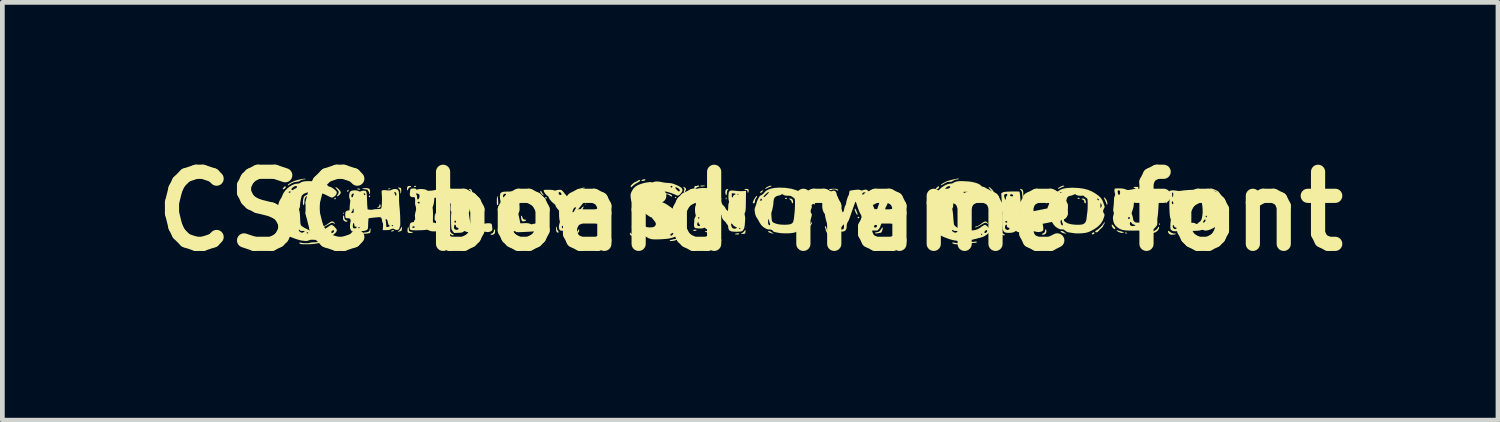
<source format=kicad_pcb>
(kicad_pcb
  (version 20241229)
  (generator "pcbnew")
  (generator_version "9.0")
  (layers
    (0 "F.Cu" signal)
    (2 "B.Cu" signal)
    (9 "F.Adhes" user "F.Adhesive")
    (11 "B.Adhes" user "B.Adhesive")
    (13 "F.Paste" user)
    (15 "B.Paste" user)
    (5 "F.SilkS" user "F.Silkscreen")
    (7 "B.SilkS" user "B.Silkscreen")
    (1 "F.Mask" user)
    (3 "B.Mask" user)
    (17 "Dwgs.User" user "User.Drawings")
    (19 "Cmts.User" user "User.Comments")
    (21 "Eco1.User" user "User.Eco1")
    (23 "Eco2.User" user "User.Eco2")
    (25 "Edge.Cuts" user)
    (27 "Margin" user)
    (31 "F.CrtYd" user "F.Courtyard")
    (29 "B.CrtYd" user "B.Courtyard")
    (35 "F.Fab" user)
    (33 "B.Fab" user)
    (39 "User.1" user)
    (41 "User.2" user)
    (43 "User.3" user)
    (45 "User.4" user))
  (footprint "CSC board name font"
    (layer "F.Cu")
    (at 12.816 1.418)
    (property "Reference" "CSC board name font" (at 0 0 0) (layer "F.SilkS") (effects (font (size 1.524 1.524) (thickness 0.3))))
    (attr board_only exclude_from_pos_files exclude_from_bom)
    (fp_poly (pts (xy -6.52 -0.363) (xy -6.519 -0.349) (xy -6.521 -0.346) (xy -6.525 -0.348) (xy -6.525 -0.358) (xy -6.523 -0.368)) (stroke (width 0) (type solid)) (fill yes) (layer "F.SilkS"))
    (fp_poly (pts (xy -0.087 0.346) (xy -0.085 0.357) (xy -0.087 0.358) (xy -0.092 0.357) (xy -0.093 0.352) (xy -0.089 0.345)) (stroke (width 0) (type solid)) (fill yes) (layer "F.SilkS"))
    (fp_poly (pts (xy 8.405 0.082) (xy 8.406 0.096) (xy 8.404 0.099) (xy 8.4 0.097) (xy 8.399 0.087) (xy 8.402 0.077)) (stroke (width 0) (type solid)) (fill yes) (layer "F.SilkS"))
    (fp_poly (pts (xy -9.255 -0.366) (xy -9.252 -0.358) (xy -9.26 -0.346) (xy -9.275 -0.343) (xy -9.293 -0.347) (xy -9.296 -0.355) (xy -9.285 -0.366) (xy -9.269 -0.369)) (stroke (width 0) (type solid)) (fill yes) (layer "F.SilkS"))
    (fp_poly (pts (xy -8.763 -0.284) (xy -8.762 -0.272) (xy -8.773 -0.256) (xy -8.782 -0.252) (xy -8.795 -0.254) (xy -8.796 -0.266) (xy -8.785 -0.282) (xy -8.775 -0.286)) (stroke (width 0) (type solid)) (fill yes) (layer "F.SilkS"))
    (fp_poly (pts (xy -8.594 0.035) (xy -8.593 0.042) (xy -8.598 0.054) (xy -8.603 0.056) (xy -8.611 0.048) (xy -8.612 0.042) (xy -8.607 0.029) (xy -8.603 0.028)) (stroke (width 0) (type solid)) (fill yes) (layer "F.SilkS"))
    (fp_poly (pts (xy -8.04 -0.326) (xy -8.037 -0.315) (xy -8.042 -0.299) (xy -8.053 -0.299) (xy -8.059 -0.303) (xy -8.065 -0.318) (xy -8.06 -0.331) (xy -8.051 -0.334)) (stroke (width 0) (type solid)) (fill yes) (layer "F.SilkS"))
    (fp_poly (pts (xy -7.069 -0.533) (xy -7.067 -0.524) (xy -7.078 -0.515) (xy -7.09 -0.512) (xy -7.107 -0.514) (xy -7.11 -0.523) (xy -7.102 -0.535) (xy -7.086 -0.538)) (stroke (width 0) (type solid)) (fill yes) (layer "F.SilkS"))
    (fp_poly (pts (xy -3.78 0.462) (xy -3.776 0.47) (xy -3.787 0.473) (xy -3.791 0.473) (xy -3.806 0.471) (xy -3.805 0.464) (xy -3.803 0.462) (xy -3.79 0.455)) (stroke (width 0) (type solid)) (fill yes) (layer "F.SilkS"))
    (fp_poly (pts (xy -3.477 -0.151) (xy -3.476 -0.148) (xy -3.483 -0.139) (xy -3.486 -0.139) (xy -3.495 -0.146) (xy -3.495 -0.148) (xy -3.488 -0.157) (xy -3.486 -0.158)) (stroke (width 0) (type solid)) (fill yes) (layer "F.SilkS"))
    (fp_poly (pts (xy -2.255 0.262) (xy -2.253 0.269) (xy -2.258 0.278) (xy -2.27 0.275) (xy -2.276 0.268) (xy -2.279 0.256) (xy -2.277 0.253) (xy -2.267 0.253)) (stroke (width 0) (type solid)) (fill yes) (layer "F.SilkS"))
    (fp_poly (pts (xy -1.567 -0.298) (xy -1.563 -0.292) (xy -1.565 -0.281) (xy -1.577 -0.278) (xy -1.588 -0.284) (xy -1.594 -0.298) (xy -1.585 -0.306) (xy -1.582 -0.306)) (stroke (width 0) (type solid)) (fill yes) (layer "F.SilkS"))
    (fp_poly (pts (xy -0.503 -0.289) (xy -0.501 -0.274) (xy -0.504 -0.256) (xy -0.51 -0.25) (xy -0.517 -0.258) (xy -0.519 -0.268) (xy -0.515 -0.286) (xy -0.51 -0.292)) (stroke (width 0) (type solid)) (fill yes) (layer "F.SilkS"))
    (fp_poly (pts (xy 2.298 0.115) (xy 2.308 0.129) (xy 2.304 0.143) (xy 2.29 0.148) (xy 2.275 0.145) (xy 2.271 0.141) (xy 2.277 0.125) (xy 2.289 0.115)) (stroke (width 0) (type solid)) (fill yes) (layer "F.SilkS"))
    (fp_poly (pts (xy 4.557 -0.363) (xy 4.561 -0.357) (xy 4.553 -0.349) (xy 4.537 -0.345) (xy 4.519 -0.345) (xy 4.517 -0.354) (xy 4.527 -0.363) (xy 4.543 -0.366)) (stroke (width 0) (type solid)) (fill yes) (layer "F.SilkS"))
    (fp_poly (pts (xy 6.964 -0.279) (xy 6.969 -0.269) (xy 6.96 -0.261) (xy 6.949 -0.26) (xy 6.929 -0.264) (xy 6.925 -0.274) (xy 6.932 -0.285) (xy 6.945 -0.286)) (stroke (width 0) (type solid)) (fill yes) (layer "F.SilkS"))
    (fp_poly (pts (xy 8.666 0.258) (xy 8.668 0.268) (xy 8.663 0.286) (xy 8.658 0.292) (xy 8.651 0.289) (xy 8.649 0.279) (xy 8.653 0.261) (xy 8.658 0.255)) (stroke (width 0) (type solid)) (fill yes) (layer "F.SilkS"))
    (fp_poly (pts (xy 9.081 0.467) (xy 9.085 0.473) (xy 9.077 0.48) (xy 9.061 0.482) (xy 9.045 0.479) (xy 9.043 0.473) (xy 9.056 0.465) (xy 9.067 0.464)) (stroke (width 0) (type solid)) (fill yes) (layer "F.SilkS"))
    (fp_poly (pts (xy -4.309 -0.296) (xy -4.301 -0.283) (xy -4.301 -0.282) (xy -4.308 -0.271) (xy -4.322 -0.27) (xy -4.334 -0.278) (xy -4.335 -0.293) (xy -4.334 -0.296) (xy -4.322 -0.301)) (stroke (width 0) (type solid)) (fill yes) (layer "F.SilkS"))
    (fp_poly (pts (xy 7.962 0.453) (xy 7.968 0.462) (xy 7.967 0.464) (xy 7.953 0.472) (xy 7.937 0.469) (xy 7.931 0.464) (xy 7.932 0.452) (xy 7.934 0.45) (xy 7.948 0.448)) (stroke (width 0) (type solid)) (fill yes) (layer "F.SilkS"))
    (fp_poly (pts (xy -8.495 -0.452) (xy -8.493 -0.44) (xy -8.498 -0.422) (xy -8.506 -0.41) (xy -8.51 -0.408) (xy -8.519 -0.415) (xy -8.522 -0.421) (xy -8.521 -0.435) (xy -8.511 -0.448) (xy -8.5 -0.454)) (stroke (width 0) (type solid)) (fill yes) (layer "F.SilkS"))
    (fp_poly (pts (xy -8.259 -0.476) (xy -8.248 -0.47) (xy -8.247 -0.468) (xy -8.252 -0.46) (xy -8.266 -0.458) (xy -8.29 -0.461) (xy -8.31 -0.467) (xy -8.314 -0.474) (xy -8.303 -0.48) (xy -8.28 -0.48)) (stroke (width 0) (type solid)) (fill yes) (layer "F.SilkS"))
    (fp_poly (pts (xy -8.25 0.475) (xy -8.245 0.481) (xy -8.245 0.481) (xy -8.257 0.489) (xy -8.277 0.494) (xy -8.295 0.495) (xy -8.301 0.493) (xy -8.303 0.483) (xy -8.29 0.476) (xy -8.268 0.473)) (stroke (width 0) (type solid)) (fill yes) (layer "F.SilkS"))
    (fp_poly (pts (xy -7.608 -0.481) (xy -7.606 -0.476) (xy -7.611 -0.473) (xy -7.628 -0.466) (xy -7.646 -0.464) (xy -7.66 -0.466) (xy -7.662 -0.473) (xy -7.649 -0.479) (xy -7.627 -0.482) (xy -7.626 -0.482)) (stroke (width 0) (type solid)) (fill yes) (layer "F.SilkS"))
    (fp_poly (pts (xy -7.533 0.407) (xy -7.535 0.416) (xy -7.551 0.423) (xy -7.578 0.426) (xy -7.581 0.426) (xy -7.598 0.425) (xy -7.598 0.42) (xy -7.588 0.412) (xy -7.565 0.401) (xy -7.544 0.4)) (stroke (width 0) (type solid)) (fill yes) (layer "F.SilkS"))
    (fp_poly (pts (xy -1.358 0.362) (xy -1.358 0.375) (xy -1.367 0.394) (xy -1.382 0.412) (xy -1.394 0.417) (xy -1.4 0.409) (xy -1.4 0.407) (xy -1.394 0.393) (xy -1.382 0.374) (xy -1.367 0.361)) (stroke (width 0) (type solid)) (fill yes) (layer "F.SilkS"))
    (fp_poly (pts (xy -1.143 0.392) (xy -1.132 0.398) (xy -1.137 0.406) (xy -1.152 0.411) (xy -1.179 0.417) (xy -1.195 0.414) (xy -1.199 0.411) (xy -1.205 0.399) (xy -1.193 0.391) (xy -1.168 0.389)) (stroke (width 0) (type solid)) (fill yes) (layer "F.SilkS"))
    (fp_poly (pts (xy 0.766 -0.285) (xy 0.769 -0.283) (xy 0.778 -0.271) (xy 0.779 -0.268) (xy 0.771 -0.261) (xy 0.756 -0.26) (xy 0.741 -0.265) (xy 0.737 -0.269) (xy 0.738 -0.279) (xy 0.751 -0.285)) (stroke (width 0) (type solid)) (fill yes) (layer "F.SilkS"))
    (fp_poly (pts (xy 1.086 0.451) (xy 1.094 0.464) (xy 1.088 0.479) (xy 1.079 0.486) (xy 1.054 0.491) (xy 1.04 0.483) (xy 1.038 0.474) (xy 1.046 0.459) (xy 1.064 0.449) (xy 1.083 0.449)) (stroke (width 0) (type solid)) (fill yes) (layer "F.SilkS"))
    (fp_poly (pts (xy 5.048 -0.284) (xy 5.058 -0.276) (xy 5.052 -0.264) (xy 5.052 -0.264) (xy 5.038 -0.254) (xy 5.023 -0.25) (xy 5.015 -0.256) (xy 5.015 -0.257) (xy 5.022 -0.276) (xy 5.038 -0.285)) (stroke (width 0) (type solid)) (fill yes) (layer "F.SilkS"))
    (fp_poly (pts (xy 7.279 0.451) (xy 7.282 0.465) (xy 7.272 0.479) (xy 7.248 0.49) (xy 7.231 0.487) (xy 7.226 0.483) (xy 7.228 0.47) (xy 7.24 0.456) (xy 7.256 0.446) (xy 7.263 0.445)) (stroke (width 0) (type solid)) (fill yes) (layer "F.SilkS"))
    (fp_poly (pts (xy 9.451 -0.241) (xy 9.463 -0.231) (xy 9.465 -0.226) (xy 9.458 -0.216) (xy 9.442 -0.213) (xy 9.427 -0.218) (xy 9.423 -0.222) (xy 9.421 -0.237) (xy 9.422 -0.24) (xy 9.435 -0.245)) (stroke (width 0) (type solid)) (fill yes) (layer "F.SilkS"))
    (fp_poly (pts (xy -9.822 -0.523) (xy -9.822 -0.508) (xy -9.834 -0.49) (xy -9.839 -0.485) (xy -9.862 -0.468) (xy -9.877 -0.464) (xy -9.886 -0.472) (xy -9.883 -0.482) (xy -9.871 -0.499) (xy -9.855 -0.516) (xy -9.84 -0.527) (xy -9.835 -0.528)) (stroke (width 0) (type solid)) (fill yes) (layer "F.SilkS"))
    (fp_poly (pts (xy -2.216 -0.672) (xy -2.217 -0.662) (xy -2.228 -0.652) (xy -2.245 -0.645) (xy -2.276 -0.64) (xy -2.293 -0.641) (xy -2.299 -0.649) (xy -2.299 -0.652) (xy -2.291 -0.662) (xy -2.27 -0.671) (xy -2.242 -0.676) (xy -2.228 -0.677)) (stroke (width 0) (type solid)) (fill yes) (layer "F.SilkS"))
    (fp_poly (pts (xy -0.24 0.468) (xy -0.231 0.479) (xy -0.239 0.487) (xy -0.262 0.491) (xy -0.278 0.491) (xy -0.305 0.49) (xy -0.321 0.486) (xy -0.324 0.483) (xy -0.316 0.477) (xy -0.297 0.471) (xy -0.273 0.467) (xy -0.251 0.466)) (stroke (width 0) (type solid)) (fill yes) (layer "F.SilkS"))
    (fp_poly (pts (xy 3.994 -0.522) (xy 3.994 -0.508) (xy 3.985 -0.49) (xy 3.973 -0.478) (xy 3.949 -0.466) (xy 3.934 -0.465) (xy 3.927 -0.47) (xy 3.929 -0.48) (xy 3.94 -0.496) (xy 3.957 -0.512) (xy 3.973 -0.525) (xy 3.983 -0.528)) (stroke (width 0) (type solid)) (fill yes) (layer "F.SilkS"))
    (fp_poly (pts (xy 8.195 -0.365) (xy 8.199 -0.35) (xy 8.197 -0.327) (xy 8.191 -0.303) (xy 8.183 -0.285) (xy 8.178 -0.28) (xy 8.171 -0.285) (xy 8.167 -0.305) (xy 8.167 -0.318) (xy 8.17 -0.349) (xy 8.178 -0.366) (xy 8.189 -0.369)) (stroke (width 0) (type solid)) (fill yes) (layer "F.SilkS"))
    (fp_poly (pts (xy 0.274 -0.442) (xy 0.272 -0.433) (xy 0.261 -0.416) (xy 0.259 -0.414) (xy 0.242 -0.398) (xy 0.225 -0.39) (xy 0.212 -0.39) (xy 0.209 -0.399) (xy 0.21 -0.404) (xy 0.22 -0.416) (xy 0.238 -0.429) (xy 0.257 -0.439) (xy 0.272 -0.443)) (stroke (width 0) (type solid)) (fill yes) (layer "F.SilkS"))
    (fp_poly (pts (xy 6.456 -0.433) (xy 6.455 -0.43) (xy 6.445 -0.409) (xy 6.44 -0.401) (xy 6.427 -0.392) (xy 6.411 -0.39) (xy 6.4 -0.394) (xy 6.399 -0.401) (xy 6.409 -0.413) (xy 6.428 -0.427) (xy 6.432 -0.43) (xy 6.451 -0.44) (xy 6.458 -0.441)) (stroke (width 0) (type solid)) (fill yes) (layer "F.SilkS"))
    (fp_poly (pts (xy 9.354 -0.248) (xy 9.404 -0.246) (xy 9.367 -0.234) (xy 9.336 -0.22) (xy 9.317 -0.197) (xy 9.315 -0.193) (xy 9.301 -0.163) (xy 9.294 -0.198) (xy 9.292 -0.223) (xy 9.294 -0.241) (xy 9.296 -0.243) (xy 9.309 -0.247) (xy 9.335 -0.249)) (stroke (width 0) (type solid)) (fill yes) (layer "F.SilkS"))
    (fp_poly (pts (xy -4.422 -0.428) (xy -4.412 -0.411) (xy -4.412 -0.411) (xy -4.398 -0.384) (xy -4.383 -0.365) (xy -4.368 -0.346) (xy -4.367 -0.337) (xy -4.376 -0.339) (xy -4.394 -0.351) (xy -4.406 -0.361) (xy -4.431 -0.39) (xy -4.44 -0.414) (xy -4.433 -0.429) (xy -4.431 -0.431)) (stroke (width 0) (type solid)) (fill yes) (layer "F.SilkS"))
    (fp_poly (pts (xy -0.991 -0.544) (xy -0.968 -0.542) (xy -0.954 -0.54) (xy -0.952 -0.537) (xy -0.967 -0.531) (xy -0.991 -0.527) (xy -1.017 -0.524) (xy -1.04 -0.524) (xy -1.052 -0.528) (xy -1.052 -0.528) (xy -1.052 -0.539) (xy -1.05 -0.541) (xy -1.038 -0.543) (xy -1.016 -0.544)) (stroke (width 0) (type solid)) (fill yes) (layer "F.SilkS"))
    (fp_poly (pts (xy 2.225 -0.052) (xy 2.235 -0.032) (xy 2.248 -0.006) (xy 2.259 0.022) (xy 2.268 0.046) (xy 2.271 0.062) (xy 2.268 0.076) (xy 2.259 0.073) (xy 2.246 0.054) (xy 2.231 0.026) (xy 2.214 -0.015) (xy 2.209 -0.043) (xy 2.215 -0.057) (xy 2.218 -0.058)) (stroke (width 0) (type solid)) (fill yes) (layer "F.SilkS"))
    (fp_poly (pts (xy -6.52 -0.307) (xy -6.517 -0.288) (xy -6.518 -0.265) (xy -6.522 -0.246) (xy -6.535 -0.236) (xy -6.555 -0.232) (xy -6.573 -0.236) (xy -6.576 -0.238) (xy -6.581 -0.252) (xy -6.569 -0.262) (xy -6.564 -0.264) (xy -6.548 -0.277) (xy -6.541 -0.292) (xy -6.533 -0.31) (xy -6.526 -0.315)) (stroke (width 0) (type solid)) (fill yes) (layer "F.SilkS"))
    (fp_poly (pts (xy 0.428 0.427) (xy 0.439 0.434) (xy 0.462 0.452) (xy 0.482 0.462) (xy 0.496 0.469) (xy 0.495 0.472) (xy 0.483 0.472) (xy 0.462 0.468) (xy 0.436 0.461) (xy 0.422 0.456) (xy 0.396 0.446) (xy 0.38 0.436) (xy 0.377 0.431) (xy 0.387 0.421) (xy 0.407 0.42)) (stroke (width 0) (type solid)) (fill yes) (layer "F.SilkS"))
    (fp_poly (pts (xy -7.427 -0.5) (xy -7.402 -0.498) (xy -7.388 -0.488) (xy -7.381 -0.468) (xy -7.38 -0.433) (xy -7.38 -0.428) (xy -7.383 -0.396) (xy -7.387 -0.377) (xy -7.392 -0.371) (xy -7.396 -0.38) (xy -7.398 -0.406) (xy -7.398 -0.409) (xy -7.402 -0.44) (xy -7.417 -0.465) (xy -7.425 -0.473) (xy -7.452 -0.501)) (stroke (width 0) (type solid)) (fill yes) (layer "F.SilkS"))
    (fp_poly (pts (xy -2.531 0.455) (xy -2.531 0.455) (xy -2.523 0.468) (xy -2.504 0.484) (xy -2.494 0.49) (xy -2.472 0.504) (xy -2.458 0.517) (xy -2.455 0.526) (xy -2.464 0.527) (xy -2.477 0.525) (xy -2.495 0.522) (xy -2.524 0.511) (xy -2.541 0.493) (xy -2.545 0.47) (xy -2.542 0.461) (xy -2.534 0.449)) (stroke (width 0) (type solid)) (fill yes) (layer "F.SilkS"))
    (fp_poly (pts (xy -1.197 -0.387) (xy -1.185 -0.377) (xy -1.183 -0.368) (xy -1.184 -0.349) (xy -1.185 -0.321) (xy -1.185 -0.315) (xy -1.189 -0.289) (xy -1.198 -0.278) (xy -1.2 -0.278) (xy -1.208 -0.282) (xy -1.212 -0.297) (xy -1.213 -0.327) (xy -1.213 -0.334) (xy -1.212 -0.366) (xy -1.209 -0.382) (xy -1.202 -0.388)) (stroke (width 0) (type solid)) (fill yes) (layer "F.SilkS"))
    (fp_poly (pts (xy -0.098 0.414) (xy -0.101 0.44) (xy -0.105 0.463) (xy -0.113 0.474) (xy -0.13 0.478) (xy -0.151 0.479) (xy -0.176 0.48) (xy -0.192 0.478) (xy -0.195 0.477) (xy -0.187 0.471) (xy -0.169 0.46) (xy -0.166 0.459) (xy -0.141 0.44) (xy -0.121 0.416) (xy -0.108 0.398) (xy -0.1 0.397)) (stroke (width 0) (type solid)) (fill yes) (layer "F.SilkS"))
    (fp_poly (pts (xy 0.443 -0.538) (xy 0.453 -0.531) (xy 0.446 -0.525) (xy 0.437 -0.523) (xy 0.416 -0.515) (xy 0.387 -0.502) (xy 0.372 -0.495) (xy 0.342 -0.48) (xy 0.325 -0.474) (xy 0.319 -0.476) (xy 0.32 -0.485) (xy 0.331 -0.495) (xy 0.353 -0.51) (xy 0.376 -0.522) (xy 0.409 -0.536) (xy 0.43 -0.541)) (stroke (width 0) (type solid)) (fill yes) (layer "F.SilkS"))
    (fp_poly (pts (xy 7.664 0.286) (xy 7.68 0.302) (xy 7.686 0.31) (xy 7.701 0.33) (xy 7.713 0.342) (xy 7.715 0.343) (xy 7.721 0.351) (xy 7.722 0.362) (xy 7.717 0.377) (xy 7.703 0.378) (xy 7.683 0.364) (xy 7.674 0.355) (xy 7.656 0.331) (xy 7.647 0.307) (xy 7.646 0.289) (xy 7.653 0.281)) (stroke (width 0) (type solid)) (fill yes) (layer "F.SilkS"))
    (fp_poly (pts (xy 8.16 -0.516) (xy 8.209 -0.514) (xy 8.206 -0.478) (xy 8.2 -0.449) (xy 8.191 -0.428) (xy 8.181 -0.417) (xy 8.173 -0.419) (xy 8.167 -0.435) (xy 8.167 -0.445) (xy 8.164 -0.466) (xy 8.151 -0.479) (xy 8.134 -0.487) (xy 8.112 -0.499) (xy 8.108 -0.509) (xy 8.121 -0.514) (xy 8.15 -0.516)) (stroke (width 0) (type solid)) (fill yes) (layer "F.SilkS"))
    (fp_poly (pts (xy -7.824 -0.145) (xy -7.822 -0.139) (xy -7.816 -0.107) (xy -7.825 -0.086) (xy -7.85 -0.074) (xy -7.862 -0.073) (xy -7.884 -0.071) (xy -7.891 -0.073) (xy -7.884 -0.08) (xy -7.883 -0.081) (xy -7.867 -0.09) (xy -7.86 -0.093) (xy -7.853 -0.101) (xy -7.844 -0.12) (xy -7.842 -0.127) (xy -7.834 -0.149) (xy -7.829 -0.154)) (stroke (width 0) (type solid)) (fill yes) (layer "F.SilkS"))
    (fp_poly (pts (xy -7.196 -0.536) (xy -7.175 -0.53) (xy -7.169 -0.52) (xy -7.177 -0.511) (xy -7.19 -0.508) (xy -7.207 -0.504) (xy -7.22 -0.493) (xy -7.231 -0.47) (xy -7.237 -0.456) (xy -7.245 -0.442) (xy -7.252 -0.441) (xy -7.256 -0.454) (xy -7.258 -0.478) (xy -7.258 -0.483) (xy -7.252 -0.515) (xy -7.233 -0.532) (xy -7.202 -0.536)) (stroke (width 0) (type solid)) (fill yes) (layer "F.SilkS"))
    (fp_poly (pts (xy -5.311 0.386) (xy -5.304 0.408) (xy -5.287 0.442) (xy -5.257 0.469) (xy -5.256 0.47) (xy -5.234 0.485) (xy -5.221 0.498) (xy -5.219 0.502) (xy -5.226 0.509) (xy -5.245 0.508) (xy -5.269 0.498) (xy -5.28 0.492) (xy -5.307 0.466) (xy -5.325 0.428) (xy -5.33 0.393) (xy -5.328 0.374) (xy -5.321 0.373)) (stroke (width 0) (type solid)) (fill yes) (layer "F.SilkS"))
    (fp_poly (pts (xy -1.405 -0.515) (xy -1.387 -0.506) (xy -1.369 -0.493) (xy -1.358 -0.479) (xy -1.357 -0.478) (xy -1.357 -0.46) (xy -1.365 -0.436) (xy -1.377 -0.414) (xy -1.39 -0.4) (xy -1.396 -0.399) (xy -1.406 -0.403) (xy -1.404 -0.415) (xy -1.393 -0.452) (xy -1.394 -0.481) (xy -1.405 -0.497) (xy -1.416 -0.509) (xy -1.416 -0.516)) (stroke (width 0) (type solid)) (fill yes) (layer "F.SilkS"))
    (fp_poly (pts (xy -0.477 -0.469) (xy -0.464 -0.463) (xy -0.468 -0.455) (xy -0.475 -0.45) (xy -0.488 -0.43) (xy -0.492 -0.402) (xy -0.494 -0.373) (xy -0.499 -0.35) (xy -0.5 -0.348) (xy -0.506 -0.336) (xy -0.511 -0.34) (xy -0.518 -0.355) (xy -0.526 -0.389) (xy -0.525 -0.421) (xy -0.517 -0.448) (xy -0.502 -0.466) (xy -0.483 -0.471)) (stroke (width 0) (type solid)) (fill yes) (layer "F.SilkS"))
    (fp_poly (pts (xy -0.085 -0.473) (xy -0.052 -0.47) (xy -0.035 -0.46) (xy -0.03 -0.441) (xy -0.032 -0.423) (xy -0.039 -0.399) (xy -0.047 -0.39) (xy -0.054 -0.398) (xy -0.056 -0.417) (xy -0.058 -0.435) (xy -0.067 -0.445) (xy -0.089 -0.45) (xy -0.093 -0.451) (xy -0.117 -0.457) (xy -0.123 -0.464) (xy -0.113 -0.47) (xy -0.087 -0.473)) (stroke (width 0) (type solid)) (fill yes) (layer "F.SilkS"))
    (fp_poly (pts (xy 0.874 -0.265) (xy 0.892 -0.25) (xy 0.894 -0.248) (xy 0.904 -0.226) (xy 0.908 -0.201) (xy 0.906 -0.18) (xy 0.898 -0.168) (xy 0.895 -0.167) (xy 0.883 -0.175) (xy 0.881 -0.19) (xy 0.871 -0.219) (xy 0.844 -0.247) (xy 0.829 -0.257) (xy 0.819 -0.264) (xy 0.824 -0.267) (xy 0.844 -0.268) (xy 0.845 -0.268)) (stroke (width 0) (type solid)) (fill yes) (layer "F.SilkS"))
    (fp_poly (pts (xy 1.308 -0.289) (xy 1.322 -0.273) (xy 1.349 -0.234) (xy 1.365 -0.196) (xy 1.369 -0.166) (xy 1.368 -0.161) (xy 1.36 -0.144) (xy 1.351 -0.139) (xy 1.345 -0.148) (xy 1.344 -0.153) (xy 1.341 -0.168) (xy 1.331 -0.194) (xy 1.317 -0.226) (xy 1.316 -0.229) (xy 1.301 -0.265) (xy 1.295 -0.288) (xy 1.297 -0.296)) (stroke (width 0) (type solid)) (fill yes) (layer "F.SilkS"))
    (fp_poly (pts (xy 6.26 0.392) (xy 6.261 0.395) (xy 6.266 0.43) (xy 6.256 0.463) (xy 6.25 0.471) (xy 6.227 0.489) (xy 6.2 0.497) (xy 6.176 0.493) (xy 6.174 0.492) (xy 6.168 0.485) (xy 6.177 0.477) (xy 6.187 0.473) (xy 6.22 0.453) (xy 6.236 0.424) (xy 6.238 0.406) (xy 6.242 0.386) (xy 6.25 0.381)) (stroke (width 0) (type solid)) (fill yes) (layer "F.SilkS"))
    (fp_poly (pts (xy 6.609 0.421) (xy 6.626 0.43) (xy 6.629 0.432) (xy 6.647 0.447) (xy 6.67 0.46) (xy 6.688 0.468) (xy 6.689 0.471) (xy 6.675 0.472) (xy 6.674 0.472) (xy 6.647 0.468) (xy 6.628 0.464) (xy 6.596 0.452) (xy 6.573 0.439) (xy 6.563 0.427) (xy 6.563 0.426) (xy 6.571 0.419) (xy 6.588 0.417)) (stroke (width 0) (type solid)) (fill yes) (layer "F.SilkS"))
    (fp_poly (pts (xy 6.632 -0.54) (xy 6.635 -0.539) (xy 6.645 -0.531) (xy 6.64 -0.526) (xy 6.629 -0.523) (xy 6.608 -0.515) (xy 6.579 -0.502) (xy 6.564 -0.495) (xy 6.533 -0.48) (xy 6.515 -0.474) (xy 6.509 -0.477) (xy 6.51 -0.483) (xy 6.519 -0.493) (xy 6.54 -0.507) (xy 6.565 -0.521) (xy 6.597 -0.536) (xy 6.618 -0.542)) (stroke (width 0) (type solid)) (fill yes) (layer "F.SilkS"))
    (fp_poly (pts (xy 8.405 0.138) (xy 8.408 0.155) (xy 8.405 0.18) (xy 8.399 0.199) (xy 8.389 0.215) (xy 8.371 0.222) (xy 8.357 0.222) (xy 8.336 0.22) (xy 8.325 0.215) (xy 8.325 0.214) (xy 8.332 0.204) (xy 8.35 0.193) (xy 8.35 0.193) (xy 8.369 0.178) (xy 8.378 0.161) (xy 8.386 0.142) (xy 8.395 0.135)) (stroke (width 0) (type solid)) (fill yes) (layer "F.SilkS"))
    (fp_poly (pts (xy -5.399 0.391) (xy -5.395 0.415) (xy -5.395 0.419) (xy -5.397 0.451) (xy -5.405 0.471) (xy -5.421 0.485) (xy -5.429 0.49) (xy -5.458 0.5) (xy -5.483 0.495) (xy -5.487 0.492) (xy -5.494 0.485) (xy -5.484 0.479) (xy -5.476 0.477) (xy -5.444 0.461) (xy -5.425 0.432) (xy -5.421 0.413) (xy -5.415 0.389) (xy -5.407 0.382)) (stroke (width 0) (type solid)) (fill yes) (layer "F.SilkS"))
    (fp_poly (pts (xy -4.348 0.391) (xy -4.342 0.411) (xy -4.34 0.423) (xy -4.342 0.454) (xy -4.353 0.474) (xy -4.354 0.475) (xy -4.38 0.49) (xy -4.407 0.497) (xy -4.43 0.492) (xy -4.431 0.492) (xy -4.437 0.485) (xy -4.427 0.479) (xy -4.419 0.477) (xy -4.389 0.461) (xy -4.371 0.432) (xy -4.366 0.405) (xy -4.363 0.386) (xy -4.356 0.382)) (stroke (width 0) (type solid)) (fill yes) (layer "F.SilkS"))
    (fp_poly (pts (xy -4.091 0.332) (xy -4.09 0.352) (xy -4.09 0.352) (xy -4.083 0.384) (xy -4.072 0.401) (xy -4.057 0.421) (xy -4.051 0.439) (xy -4.051 0.439) (xy -4.057 0.452) (xy -4.07 0.453) (xy -4.086 0.445) (xy -4.096 0.431) (xy -4.102 0.409) (xy -4.106 0.381) (xy -4.106 0.354) (xy -4.103 0.333) (xy -4.097 0.324) (xy -4.097 0.324)) (stroke (width 0) (type solid)) (fill yes) (layer "F.SilkS"))
    (fp_poly (pts (xy 5.773 0.101) (xy 5.781 0.118) (xy 5.795 0.152) (xy 5.818 0.172) (xy 5.838 0.176) (xy 5.854 0.18) (xy 5.857 0.192) (xy 5.846 0.205) (xy 5.825 0.212) (xy 5.8 0.212) (xy 5.778 0.207) (xy 5.768 0.197) (xy 5.762 0.178) (xy 5.756 0.15) (xy 5.754 0.137) (xy 5.753 0.109) (xy 5.756 0.095) (xy 5.762 0.093)) (stroke (width 0) (type solid)) (fill yes) (layer "F.SilkS"))
    (fp_poly (pts (xy 6.336 -0.317) (xy 6.334 -0.303) (xy 6.323 -0.283) (xy 6.318 -0.277) (xy 6.303 -0.254) (xy 6.295 -0.232) (xy 6.294 -0.229) (xy 6.29 -0.194) (xy 6.279 -0.172) (xy 6.265 -0.167) (xy 6.251 -0.174) (xy 6.248 -0.186) (xy 6.253 -0.208) (xy 6.266 -0.239) (xy 6.283 -0.271) (xy 6.301 -0.298) (xy 6.311 -0.309) (xy 6.327 -0.319)) (stroke (width 0) (type solid)) (fill yes) (layer "F.SilkS"))
    (fp_poly (pts (xy 7.766 0.403) (xy 7.783 0.409) (xy 7.812 0.417) (xy 7.838 0.423) (xy 7.872 0.433) (xy 7.896 0.442) (xy 7.905 0.45) (xy 7.9 0.454) (xy 7.891 0.454) (xy 7.869 0.456) (xy 7.859 0.458) (xy 7.845 0.457) (xy 7.82 0.449) (xy 7.798 0.44) (xy 7.772 0.427) (xy 7.754 0.414) (xy 7.75 0.407) (xy 7.757 0.401)) (stroke (width 0) (type solid)) (fill yes) (layer "F.SilkS"))
    (fp_poly (pts (xy 8.815 -0.36) (xy 8.819 -0.333) (xy 8.821 -0.29) (xy 8.821 -0.268) (xy 8.82 -0.217) (xy 8.818 -0.184) (xy 8.812 -0.169) (xy 8.805 -0.172) (xy 8.803 -0.174) (xy 8.8 -0.187) (xy 8.798 -0.213) (xy 8.797 -0.247) (xy 8.796 -0.285) (xy 8.796 -0.32) (xy 8.797 -0.349) (xy 8.799 -0.365) (xy 8.8 -0.368) (xy 8.809 -0.371)) (stroke (width 0) (type solid)) (fill yes) (layer "F.SilkS"))
    (fp_poly (pts (xy 8.869 0.428) (xy 8.871 0.43) (xy 8.91 0.456) (xy 8.958 0.471) (xy 8.987 0.473) (xy 9.005 0.475) (xy 9.007 0.479) (xy 8.996 0.485) (xy 8.974 0.491) (xy 8.95 0.495) (xy 8.918 0.496) (xy 8.889 0.493) (xy 8.879 0.49) (xy 8.86 0.477) (xy 8.844 0.455) (xy 8.837 0.432) (xy 8.839 0.417) (xy 8.85 0.415)) (stroke (width 0) (type solid)) (fill yes) (layer "F.SilkS"))
    (fp_poly (pts (xy -8.59 0.098) (xy -8.585 0.118) (xy -8.584 0.138) (xy -8.577 0.165) (xy -8.559 0.186) (xy -8.536 0.195) (xy -8.535 0.195) (xy -8.519 0.199) (xy -8.515 0.209) (xy -8.525 0.217) (xy -8.549 0.222) (xy -8.571 0.215) (xy -8.587 0.203) (xy -8.603 0.188) (xy -8.61 0.168) (xy -8.612 0.139) (xy -8.61 0.109) (xy -8.605 0.091) (xy -8.597 0.087)) (stroke (width 0) (type solid)) (fill yes) (layer "F.SilkS"))
    (fp_poly (pts (xy -6.399 -0.316) (xy -6.392 -0.298) (xy -6.388 -0.27) (xy -6.387 -0.253) (xy -6.384 -0.224) (xy -6.377 -0.202) (xy -6.372 -0.173) (xy -6.377 -0.155) (xy -6.388 -0.134) (xy -6.399 -0.132) (xy -6.408 -0.147) (xy -6.409 -0.151) (xy -6.412 -0.172) (xy -6.414 -0.203) (xy -6.415 -0.239) (xy -6.414 -0.273) (xy -6.412 -0.301) (xy -6.408 -0.317) (xy -6.407 -0.319)) (stroke (width 0) (type solid)) (fill yes) (layer "F.SilkS"))
    (fp_poly (pts (xy -6.369 0.375) (xy -6.361 0.389) (xy -6.359 0.398) (xy -6.352 0.421) (xy -6.333 0.447) (xy -6.307 0.47) (xy -6.294 0.478) (xy -6.273 0.492) (xy -6.268 0.503) (xy -6.28 0.509) (xy -6.291 0.51) (xy -6.316 0.502) (xy -6.344 0.48) (xy -6.346 0.478) (xy -6.367 0.454) (xy -6.376 0.431) (xy -6.378 0.408) (xy -6.376 0.384) (xy -6.371 0.375)) (stroke (width 0) (type solid)) (fill yes) (layer "F.SilkS"))
    (fp_poly (pts (xy -5.346 -0.321) (xy -5.341 -0.304) (xy -5.336 -0.269) (xy -5.335 -0.267) (xy -5.33 -0.214) (xy -5.328 -0.177) (xy -5.328 -0.153) (xy -5.331 -0.139) (xy -5.338 -0.133) (xy -5.342 -0.132) (xy -5.349 -0.132) (xy -5.354 -0.138) (xy -5.357 -0.153) (xy -5.358 -0.181) (xy -5.358 -0.223) (xy -5.358 -0.226) (xy -5.357 -0.273) (xy -5.354 -0.305) (xy -5.351 -0.321)) (stroke (width 0) (type solid)) (fill yes) (layer "F.SilkS"))
    (fp_poly (pts (xy -4.838 0.094) (xy -4.827 0.106) (xy -4.819 0.124) (xy -4.805 0.157) (xy -4.784 0.174) (xy -4.77 0.176) (xy -4.748 0.18) (xy -4.742 0.19) (xy -4.747 0.201) (xy -4.764 0.209) (xy -4.79 0.213) (xy -4.815 0.211) (xy -4.826 0.206) (xy -4.833 0.194) (xy -4.84 0.169) (xy -4.844 0.145) (xy -4.847 0.114) (xy -4.846 0.098) (xy -4.841 0.094)) (stroke (width 0) (type solid)) (fill yes) (layer "F.SilkS"))
    (fp_poly (pts (xy 5.259 -0.321) (xy 5.264 -0.303) (xy 5.265 -0.277) (xy 5.267 -0.246) (xy 5.272 -0.22) (xy 5.276 -0.212) (xy 5.281 -0.191) (xy 5.28 -0.166) (xy 5.275 -0.144) (xy 5.266 -0.131) (xy 5.262 -0.13) (xy 5.252 -0.139) (xy 5.245 -0.163) (xy 5.243 -0.173) (xy 5.239 -0.216) (xy 5.238 -0.258) (xy 5.24 -0.292) (xy 5.243 -0.31) (xy 5.252 -0.324)) (stroke (width 0) (type solid)) (fill yes) (layer "F.SilkS"))
    (fp_poly (pts (xy 7.055 -0.267) (xy 7.069 -0.262) (xy 7.084 -0.246) (xy 7.095 -0.223) (xy 7.1 -0.198) (xy 7.099 -0.178) (xy 7.091 -0.167) (xy 7.088 -0.167) (xy 7.074 -0.174) (xy 7.069 -0.182) (xy 7.065 -0.203) (xy 7.064 -0.215) (xy 7.055 -0.233) (xy 7.036 -0.244) (xy 7.017 -0.253) (xy 7.008 -0.261) (xy 7.008 -0.262) (xy 7.016 -0.267) (xy 7.034 -0.269)) (stroke (width 0) (type solid)) (fill yes) (layer "F.SilkS"))
    (fp_poly (pts (xy 7.497 -0.287) (xy 7.514 -0.269) (xy 7.53 -0.247) (xy 7.543 -0.22) (xy 7.552 -0.19) (xy 7.556 -0.164) (xy 7.554 -0.145) (xy 7.546 -0.139) (xy 7.537 -0.146) (xy 7.537 -0.151) (xy 7.533 -0.164) (xy 7.523 -0.189) (xy 7.509 -0.22) (xy 7.509 -0.221) (xy 7.495 -0.251) (xy 7.485 -0.275) (xy 7.481 -0.288) (xy 7.481 -0.288) (xy 7.485 -0.294)) (stroke (width 0) (type solid)) (fill yes) (layer "F.SilkS"))
    (fp_poly (pts (xy 8.648 0.336) (xy 8.649 0.345) (xy 8.641 0.378) (xy 8.618 0.409) (xy 8.587 0.436) (xy 8.56 0.449) (xy 8.528 0.459) (xy 8.51 0.463) (xy 8.503 0.46) (xy 8.501 0.452) (xy 8.501 0.451) (xy 8.508 0.441) (xy 8.528 0.426) (xy 8.553 0.412) (xy 8.593 0.386) (xy 8.617 0.36) (xy 8.619 0.355) (xy 8.633 0.332) (xy 8.643 0.326)) (stroke (width 0) (type solid)) (fill yes) (layer "F.SilkS"))
    (fp_poly (pts (xy -7.362 0.333) (xy -7.363 0.353) (xy -7.364 0.359) (xy -7.367 0.384) (xy -7.369 0.399) (xy -7.369 0.401) (xy -7.377 0.411) (xy -7.395 0.421) (xy -7.418 0.428) (xy -7.438 0.432) (xy -7.451 0.429) (xy -7.453 0.426) (xy -7.446 0.418) (xy -7.439 0.417) (xy -7.427 0.41) (xy -7.41 0.391) (xy -7.396 0.371) (xy -7.38 0.346) (xy -7.368 0.329) (xy -7.363 0.324)) (stroke (width 0) (type solid)) (fill yes) (layer "F.SilkS"))
    (fp_poly (pts (xy -7.224 0.346) (xy -7.221 0.373) (xy -7.221 0.374) (xy -7.217 0.407) (xy -7.204 0.426) (xy -7.177 0.435) (xy -7.155 0.436) (xy -7.136 0.437) (xy -7.133 0.443) (xy -7.135 0.446) (xy -7.155 0.456) (xy -7.184 0.46) (xy -7.213 0.459) (xy -7.234 0.452) (xy -7.244 0.44) (xy -7.248 0.421) (xy -7.247 0.39) (xy -7.243 0.358) (xy -7.237 0.339) (xy -7.23 0.335)) (stroke (width 0) (type solid)) (fill yes) (layer "F.SilkS"))
    (fp_poly (pts (xy -3.617 0.394) (xy -3.617 0.414) (xy -3.62 0.433) (xy -3.627 0.445) (xy -3.642 0.453) (xy -3.668 0.46) (xy -3.708 0.466) (xy -3.71 0.467) (xy -3.734 0.468) (xy -3.744 0.463) (xy -3.745 0.459) (xy -3.737 0.449) (xy -3.712 0.444) (xy -3.701 0.443) (xy -3.673 0.44) (xy -3.657 0.432) (xy -3.646 0.417) (xy -3.643 0.41) (xy -3.63 0.387) (xy -3.621 0.382)) (stroke (width 0) (type solid)) (fill yes) (layer "F.SilkS"))
    (fp_poly (pts (xy -3.495 -0.494) (xy -3.495 -0.493) (xy -3.503 -0.485) (xy -3.522 -0.482) (xy -3.541 -0.479) (xy -3.558 -0.466) (xy -3.578 -0.441) (xy -3.578 -0.44) (xy -3.598 -0.415) (xy -3.616 -0.401) (xy -3.629 -0.399) (xy -3.634 -0.41) (xy -3.634 -0.41) (xy -3.628 -0.424) (xy -3.614 -0.445) (xy -3.604 -0.457) (xy -3.579 -0.482) (xy -3.553 -0.494) (xy -3.534 -0.498) (xy -3.506 -0.499)) (stroke (width 0) (type solid)) (fill yes) (layer "F.SilkS"))
    (fp_poly (pts (xy 0.148 -0.318) (xy 0.143 -0.302) (xy 0.127 -0.278) (xy 0.125 -0.276) (xy 0.11 -0.251) (xy 0.102 -0.225) (xy 0.102 -0.223) (xy 0.1 -0.198) (xy 0.096 -0.182) (xy 0.085 -0.17) (xy 0.07 -0.167) (xy 0.058 -0.174) (xy 0.056 -0.181) (xy 0.06 -0.202) (xy 0.072 -0.23) (xy 0.089 -0.261) (xy 0.107 -0.29) (xy 0.124 -0.313) (xy 0.138 -0.324) (xy 0.14 -0.324)) (stroke (width 0) (type solid)) (fill yes) (layer "F.SilkS"))
    (fp_poly (pts (xy 2.804 0.347) (xy 2.803 0.369) (xy 2.794 0.401) (xy 2.784 0.43) (xy 2.775 0.446) (xy 2.762 0.454) (xy 2.745 0.457) (xy 2.713 0.462) (xy 2.684 0.468) (xy 2.662 0.47) (xy 2.649 0.467) (xy 2.642 0.454) (xy 2.653 0.447) (xy 2.669 0.445) (xy 2.709 0.438) (xy 2.741 0.417) (xy 2.768 0.38) (xy 2.769 0.378) (xy 2.786 0.351) (xy 2.798 0.341)) (stroke (width 0) (type solid)) (fill yes) (layer "F.SilkS"))
    (fp_poly (pts (xy 5.287 0.368) (xy 5.295 0.39) (xy 5.298 0.401) (xy 5.314 0.44) (xy 5.345 0.47) (xy 5.36 0.479) (xy 5.378 0.49) (xy 5.386 0.501) (xy 5.386 0.501) (xy 5.379 0.509) (xy 5.361 0.509) (xy 5.338 0.501) (xy 5.314 0.486) (xy 5.313 0.484) (xy 5.293 0.465) (xy 5.283 0.444) (xy 5.277 0.414) (xy 5.277 0.408) (xy 5.276 0.379) (xy 5.28 0.365)) (stroke (width 0) (type solid)) (fill yes) (layer "F.SilkS"))
    (fp_poly (pts (xy -3.523 -0.098) (xy -3.526 -0.081) (xy -3.541 -0.051) (xy -3.55 -0.037) (xy -3.572 0.01) (xy -3.578 0.046) (xy -3.58 0.07) (xy -3.585 0.083) (xy -3.588 0.083) (xy -3.595 0.091) (xy -3.597 0.104) (xy -3.6 0.126) (xy -3.604 0.136) (xy -3.608 0.133) (xy -3.611 0.115) (xy -3.613 0.085) (xy -3.613 0.07) (xy -3.615 -0.008) (xy -3.571 -0.062) (xy -3.546 -0.09) (xy -3.53 -0.101)) (stroke (width 0) (type solid)) (fill yes) (layer "F.SilkS"))
    (fp_poly (pts (xy 2.568 -0.442) (xy 2.578 -0.416) (xy 2.583 -0.399) (xy 2.592 -0.361) (xy 2.603 -0.322) (xy 2.608 -0.307) (xy 2.62 -0.269) (xy 2.623 -0.239) (xy 2.619 -0.219) (xy 2.609 -0.213) (xy 2.599 -0.22) (xy 2.597 -0.24) (xy 2.593 -0.268) (xy 2.583 -0.286) (xy 2.572 -0.305) (xy 2.56 -0.337) (xy 2.55 -0.374) (xy 2.543 -0.41) (xy 2.54 -0.434) (xy 2.544 -0.45) (xy 2.556 -0.453)) (stroke (width 0) (type solid)) (fill yes) (layer "F.SilkS"))
    (fp_poly (pts (xy -6.652 0.046) (xy -6.648 0.068) (xy -6.645 0.099) (xy -6.641 0.135) (xy -6.635 0.157) (xy -6.625 0.172) (xy -6.62 0.177) (xy -6.607 0.192) (xy -6.605 0.204) (xy -6.611 0.211) (xy -6.622 0.211) (xy -6.642 0.205) (xy -6.649 0.202) (xy -6.665 0.195) (xy -6.672 0.182) (xy -6.674 0.159) (xy -6.674 0.15) (xy -6.673 0.112) (xy -6.669 0.077) (xy -6.664 0.051) (xy -6.658 0.038) (xy -6.656 0.037)) (stroke (width 0) (type solid)) (fill yes) (layer "F.SilkS"))
    (fp_poly (pts (xy 1.831 -0.471) (xy 1.854 -0.458) (xy 1.861 -0.447) (xy 1.859 -0.438) (xy 1.847 -0.437) (xy 1.832 -0.444) (xy 1.826 -0.45) (xy 1.811 -0.458) (xy 1.786 -0.463) (xy 1.759 -0.463) (xy 1.737 -0.46) (xy 1.729 -0.454) (xy 1.715 -0.446) (xy 1.693 -0.446) (xy 1.674 -0.454) (xy 1.67 -0.458) (xy 1.668 -0.464) (xy 1.675 -0.469) (xy 1.696 -0.472) (xy 1.732 -0.475) (xy 1.736 -0.475) (xy 1.792 -0.477)) (stroke (width 0) (type solid)) (fill yes) (layer "F.SilkS"))
    (fp_poly (pts (xy -8.755 -0.507) (xy -8.731 -0.491) (xy -8.704 -0.467) (xy -8.674 -0.434) (xy -8.66 -0.407) (xy -8.661 -0.382) (xy -8.679 -0.355) (xy -8.689 -0.345) (xy -8.712 -0.325) (xy -8.731 -0.315) (xy -8.741 -0.317) (xy -8.742 -0.321) (xy -8.736 -0.332) (xy -8.727 -0.343) (xy -8.715 -0.363) (xy -8.705 -0.388) (xy -8.701 -0.406) (xy -8.705 -0.421) (xy -8.718 -0.439) (xy -8.733 -0.456) (xy -8.758 -0.485) (xy -8.77 -0.504) (xy -8.768 -0.511)) (stroke (width 0) (type solid)) (fill yes) (layer "F.SilkS"))
    (fp_poly (pts (xy -8.031 0.37) (xy -8.029 0.394) (xy -8.03 0.41) (xy -8.032 0.438) (xy -8.037 0.453) (xy -8.049 0.461) (xy -8.06 0.464) (xy -8.09 0.47) (xy -8.125 0.474) (xy -8.159 0.476) (xy -8.188 0.476) (xy -8.206 0.474) (xy -8.209 0.473) (xy -8.209 0.463) (xy -8.193 0.456) (xy -8.162 0.45) (xy -8.133 0.447) (xy -8.09 0.44) (xy -8.063 0.427) (xy -8.049 0.405) (xy -8.046 0.383) (xy -8.043 0.366) (xy -8.037 0.362)) (stroke (width 0) (type solid)) (fill yes) (layer "F.SilkS"))
    (fp_poly (pts (xy -5.907 -0.464) (xy -5.9 -0.46) (xy -5.889 -0.446) (xy -5.881 -0.421) (xy -5.876 -0.383) (xy -5.872 -0.348) (xy -5.869 -0.319) (xy -5.867 -0.302) (xy -5.869 -0.287) (xy -5.878 -0.279) (xy -5.889 -0.284) (xy -5.889 -0.285) (xy -5.892 -0.297) (xy -5.897 -0.322) (xy -5.9 -0.352) (xy -5.907 -0.401) (xy -5.916 -0.433) (xy -5.926 -0.45) (xy -5.937 -0.454) (xy -5.95 -0.459) (xy -5.951 -0.464) (xy -5.944 -0.472) (xy -5.927 -0.472)) (stroke (width 0) (type solid)) (fill yes) (layer "F.SilkS"))
    (fp_poly (pts (xy -5.879 0.098) (xy -5.877 0.103) (xy -5.874 0.117) (xy -5.864 0.14) (xy -5.862 0.145) (xy -5.848 0.167) (xy -5.832 0.175) (xy -5.821 0.176) (xy -5.801 0.181) (xy -5.793 0.192) (xy -5.801 0.204) (xy -5.808 0.208) (xy -5.835 0.213) (xy -5.862 0.212) (xy -5.881 0.204) (xy -5.884 0.202) (xy -5.89 0.186) (xy -5.896 0.16) (xy -5.899 0.141) (xy -5.901 0.112) (xy -5.899 0.097) (xy -5.892 0.093) (xy -5.891 0.093)) (stroke (width 0) (type solid)) (fill yes) (layer "F.SilkS"))
    (fp_poly (pts (xy -1.085 -0.542) (xy -1.076 -0.532) (xy -1.075 -0.53) (xy -1.083 -0.522) (xy -1.102 -0.516) (xy -1.13 -0.504) (xy -1.153 -0.484) (xy -1.167 -0.462) (xy -1.168 -0.453) (xy -1.173 -0.436) (xy -1.177 -0.431) (xy -1.185 -0.433) (xy -1.187 -0.438) (xy -1.185 -0.455) (xy -1.182 -0.482) (xy -1.181 -0.495) (xy -1.176 -0.522) (xy -1.17 -0.534) (xy -1.16 -0.535) (xy -1.156 -0.534) (xy -1.133 -0.535) (xy -1.122 -0.54) (xy -1.103 -0.545)) (stroke (width 0) (type solid)) (fill yes) (layer "F.SilkS"))
    (fp_poly (pts (xy 1.307 0.242) (xy 1.302 0.265) (xy 1.294 0.278) (xy 1.279 0.296) (xy 1.274 0.308) (xy 1.265 0.324) (xy 1.246 0.347) (xy 1.22 0.375) (xy 1.209 0.386) (xy 1.172 0.421) (xy 1.143 0.44) (xy 1.122 0.445) (xy 1.109 0.439) (xy 1.104 0.428) (xy 1.112 0.416) (xy 1.135 0.401) (xy 1.141 0.398) (xy 1.171 0.378) (xy 1.206 0.348) (xy 1.241 0.312) (xy 1.271 0.276) (xy 1.29 0.247) (xy 1.306 0.218)) (stroke (width 0) (type solid)) (fill yes) (layer "F.SilkS"))
    (fp_poly (pts (xy 4.484 -0.346) (xy 4.478 -0.336) (xy 4.459 -0.327) (xy 4.45 -0.325) (xy 4.425 -0.315) (xy 4.408 -0.3) (xy 4.397 -0.277) (xy 4.389 -0.241) (xy 4.386 -0.205) (xy 4.381 -0.166) (xy 4.375 -0.141) (xy 4.369 -0.132) (xy 4.362 -0.135) (xy 4.359 -0.152) (xy 4.357 -0.184) (xy 4.357 -0.192) (xy 4.361 -0.247) (xy 4.37 -0.287) (xy 4.386 -0.315) (xy 4.41 -0.334) (xy 4.413 -0.335) (xy 4.45 -0.351) (xy 4.474 -0.353)) (stroke (width 0) (type solid)) (fill yes) (layer "F.SilkS"))
    (fp_poly (pts (xy -9.334 -0.354) (xy -9.326 -0.344) (xy -9.326 -0.342) (xy -9.334 -0.335) (xy -9.354 -0.327) (xy -9.363 -0.324) (xy -9.395 -0.309) (xy -9.415 -0.281) (xy -9.426 -0.24) (xy -9.428 -0.205) (xy -9.43 -0.169) (xy -9.435 -0.144) (xy -9.442 -0.13) (xy -9.449 -0.13) (xy -9.456 -0.147) (xy -9.458 -0.155) (xy -9.46 -0.19) (xy -9.457 -0.232) (xy -9.449 -0.272) (xy -9.44 -0.3) (xy -9.425 -0.319) (xy -9.402 -0.335) (xy -9.377 -0.348) (xy -9.352 -0.355)) (stroke (width 0) (type solid)) (fill yes) (layer "F.SilkS"))
    (fp_poly (pts (xy -4.87 -0.469) (xy -4.864 -0.468) (xy -4.842 -0.453) (xy -4.828 -0.423) (xy -4.822 -0.379) (xy -4.822 -0.366) (xy -4.821 -0.335) (xy -4.817 -0.307) (xy -4.816 -0.304) (xy -4.813 -0.285) (xy -4.82 -0.278) (xy -4.824 -0.278) (xy -4.84 -0.284) (xy -4.843 -0.29) (xy -4.846 -0.304) (xy -4.848 -0.332) (xy -4.851 -0.366) (xy -4.851 -0.366) (xy -4.855 -0.403) (xy -4.861 -0.426) (xy -4.87 -0.441) (xy -4.876 -0.447) (xy -4.891 -0.462) (xy -4.889 -0.47)) (stroke (width 0) (type solid)) (fill yes) (layer "F.SilkS"))
    (fp_poly (pts (xy -2.336 -0.663) (xy -2.327 -0.651) (xy -2.335 -0.635) (xy -2.361 -0.617) (xy -2.385 -0.604) (xy -2.422 -0.583) (xy -2.459 -0.557) (xy -2.481 -0.537) (xy -2.503 -0.517) (xy -2.516 -0.508) (xy -2.523 -0.511) (xy -2.525 -0.515) (xy -2.526 -0.534) (xy -2.524 -0.541) (xy -2.51 -0.557) (xy -2.489 -0.578) (xy -2.465 -0.598) (xy -2.443 -0.614) (xy -2.429 -0.621) (xy -2.427 -0.621) (xy -2.412 -0.626) (xy -2.39 -0.638) (xy -2.38 -0.645) (xy -2.357 -0.658) (xy -2.34 -0.663)) (stroke (width 0) (type solid)) (fill yes) (layer "F.SilkS"))
    (fp_poly (pts (xy 4.996 0.221) (xy 5.015 0.238) (xy 5.027 0.257) (xy 5.028 0.267) (xy 5.018 0.265) (xy 5.007 0.256) (xy 4.994 0.246) (xy 4.979 0.243) (xy 4.959 0.247) (xy 4.932 0.259) (xy 4.894 0.281) (xy 4.884 0.287) (xy 4.836 0.314) (xy 4.798 0.332) (xy 4.772 0.341) (xy 4.758 0.34) (xy 4.758 0.333) (xy 4.769 0.323) (xy 4.78 0.321) (xy 4.804 0.316) (xy 4.839 0.297) (xy 4.887 0.264) (xy 4.907 0.248) (xy 4.944 0.224) (xy 4.972 0.215)) (stroke (width 0) (type solid)) (fill yes) (layer "F.SilkS"))
    (fp_poly (pts (xy 5.064 -0.505) (xy 5.088 -0.487) (xy 5.11 -0.466) (xy 5.139 -0.432) (xy 5.152 -0.405) (xy 5.15 -0.38) (xy 5.133 -0.354) (xy 5.124 -0.345) (xy 5.103 -0.327) (xy 5.085 -0.317) (xy 5.075 -0.315) (xy 5.075 -0.324) (xy 5.076 -0.327) (xy 5.088 -0.344) (xy 5.095 -0.352) (xy 5.106 -0.372) (xy 5.113 -0.391) (xy 5.114 -0.408) (xy 5.107 -0.425) (xy 5.09 -0.447) (xy 5.081 -0.457) (xy 5.061 -0.48) (xy 5.047 -0.497) (xy 5.043 -0.504) (xy 5.049 -0.511)) (stroke (width 0) (type solid)) (fill yes) (layer "F.SilkS"))
    (fp_poly (pts (xy 5.737 -0.468) (xy 5.755 -0.458) (xy 5.766 -0.448) (xy 5.772 -0.432) (xy 5.775 -0.407) (xy 5.775 -0.385) (xy 5.777 -0.353) (xy 5.78 -0.33) (xy 5.785 -0.32) (xy 5.793 -0.307) (xy 5.792 -0.29) (xy 5.784 -0.279) (xy 5.78 -0.278) (xy 5.765 -0.285) (xy 5.762 -0.29) (xy 5.759 -0.304) (xy 5.755 -0.332) (xy 5.752 -0.365) (xy 5.747 -0.402) (xy 5.74 -0.427) (xy 5.728 -0.444) (xy 5.722 -0.451) (xy 5.707 -0.465) (xy 5.706 -0.472) (xy 5.716 -0.473)) (stroke (width 0) (type solid)) (fill yes) (layer "F.SilkS"))
    (fp_poly (pts (xy -8.085 -0.486) (xy -8.065 -0.479) (xy -8.051 -0.47) (xy -8.044 -0.456) (xy -8.04 -0.432) (xy -8.039 -0.415) (xy -8.04 -0.384) (xy -8.043 -0.366) (xy -8.046 -0.362) (xy -8.054 -0.369) (xy -8.056 -0.384) (xy -8.061 -0.406) (xy -8.07 -0.417) (xy -8.081 -0.433) (xy -8.084 -0.441) (xy -8.086 -0.449) (xy -8.095 -0.455) (xy -8.114 -0.46) (xy -8.146 -0.465) (xy -8.172 -0.469) (xy -8.197 -0.473) (xy -8.206 -0.477) (xy -8.201 -0.48) (xy -8.195 -0.483) (xy -8.16 -0.489) (xy -8.121 -0.49)) (stroke (width 0) (type solid)) (fill yes) (layer "F.SilkS"))
    (fp_poly (pts (xy -1.415 0.451) (xy -1.401 0.463) (xy -1.402 0.481) (xy -1.416 0.498) (xy -1.425 0.504) (xy -1.446 0.519) (xy -1.472 0.541) (xy -1.487 0.555) (xy -1.527 0.587) (xy -1.572 0.611) (xy -1.574 0.612) (xy -1.607 0.622) (xy -1.64 0.628) (xy -1.671 0.63) (xy -1.693 0.629) (xy -1.704 0.623) (xy -1.703 0.619) (xy -1.693 0.612) (xy -1.669 0.604) (xy -1.636 0.596) (xy -1.628 0.594) (xy -1.556 0.581) (xy -1.493 0.513) (xy -1.459 0.478) (xy -1.434 0.457) (xy -1.418 0.45)) (stroke (width 0) (type solid)) (fill yes) (layer "F.SilkS"))
    (fp_poly (pts (xy -0.743 0.354) (xy -0.742 0.381) (xy -0.742 0.433) (xy -0.786 0.439) (xy -0.82 0.444) (xy -0.854 0.448) (xy -0.862 0.449) (xy -0.893 0.449) (xy -0.926 0.443) (xy -0.932 0.442) (xy -0.954 0.434) (xy -0.96 0.429) (xy -0.952 0.424) (xy -0.947 0.423) (xy -0.928 0.42) (xy -0.896 0.418) (xy -0.859 0.418) (xy -0.855 0.418) (xy -0.812 0.419) (xy -0.784 0.416) (xy -0.768 0.409) (xy -0.761 0.396) (xy -0.76 0.382) (xy -0.757 0.358) (xy -0.751 0.343) (xy -0.746 0.34)) (stroke (width 0) (type solid)) (fill yes) (layer "F.SilkS"))
    (fp_poly (pts (xy 7.499 0.236) (xy 7.499 0.237) (xy 7.494 0.259) (xy 7.482 0.279) (xy 7.468 0.302) (xy 7.461 0.32) (xy 7.451 0.337) (xy 7.432 0.355) (xy 7.429 0.357) (xy 7.405 0.377) (xy 7.381 0.403) (xy 7.375 0.41) (xy 7.352 0.434) (xy 7.328 0.446) (xy 7.307 0.443) (xy 7.302 0.439) (xy 7.296 0.427) (xy 7.306 0.414) (xy 7.325 0.402) (xy 7.358 0.381) (xy 7.395 0.349) (xy 7.432 0.312) (xy 7.463 0.274) (xy 7.473 0.26) (xy 7.488 0.237) (xy 7.496 0.23)) (stroke (width 0) (type solid)) (fill yes) (layer "F.SilkS"))
    (fp_poly (pts (xy 9.995 0.193) (xy 10 0.205) (xy 9.995 0.228) (xy 9.99 0.244) (xy 9.976 0.27) (xy 9.956 0.298) (xy 9.93 0.327) (xy 9.903 0.353) (xy 9.877 0.376) (xy 9.854 0.391) (xy 9.836 0.398) (xy 9.827 0.394) (xy 9.826 0.389) (xy 9.834 0.379) (xy 9.852 0.366) (xy 9.856 0.363) (xy 9.881 0.348) (xy 9.909 0.325) (xy 9.922 0.315) (xy 9.944 0.292) (xy 9.955 0.273) (xy 9.959 0.249) (xy 9.959 0.243) (xy 9.962 0.213) (xy 9.972 0.193) (xy 9.984 0.187)) (stroke (width 0) (type solid)) (fill yes) (layer "F.SilkS"))
    (fp_poly (pts (xy -8.822 0.217) (xy -8.801 0.234) (xy -8.798 0.238) (xy -8.785 0.257) (xy -8.784 0.267) (xy -8.794 0.265) (xy -8.805 0.256) (xy -8.821 0.245) (xy -8.839 0.243) (xy -8.862 0.249) (xy -8.894 0.265) (xy -8.921 0.281) (xy -8.977 0.313) (xy -9.019 0.333) (xy -9.048 0.343) (xy -9.063 0.342) (xy -9.066 0.334) (xy -9.065 0.327) (xy -9.057 0.323) (xy -9.037 0.32) (xy -9.033 0.32) (xy -9.01 0.314) (xy -8.982 0.3) (xy -8.946 0.276) (xy -8.916 0.254) (xy -8.877 0.227) (xy -8.847 0.215)) (stroke (width 0) (type solid)) (fill yes) (layer "F.SilkS"))
    (fp_poly (pts (xy 9.767 -0.478) (xy 9.799 -0.468) (xy 9.835 -0.454) (xy 9.869 -0.438) (xy 9.893 -0.424) (xy 9.911 -0.408) (xy 9.928 -0.382) (xy 9.943 -0.354) (xy 9.952 -0.329) (xy 9.953 -0.313) (xy 9.949 -0.31) (xy 9.948 -0.319) (xy 9.94 -0.334) (xy 9.922 -0.357) (xy 9.897 -0.381) (xy 9.871 -0.404) (xy 9.846 -0.421) (xy 9.845 -0.421) (xy 9.82 -0.431) (xy 9.789 -0.438) (xy 9.786 -0.439) (xy 9.758 -0.446) (xy 9.737 -0.456) (xy 9.725 -0.467) (xy 9.725 -0.477) (xy 9.738 -0.482) (xy 9.745 -0.482)) (stroke (width 0) (type solid)) (fill yes) (layer "F.SilkS"))
    (fp_poly (pts (xy -1.767 -0.377) (xy -1.729 -0.371) (xy -1.694 -0.36) (xy -1.667 -0.346) (xy -1.652 -0.33) (xy -1.65 -0.324) (xy -1.655 -0.312) (xy -1.67 -0.314) (xy -1.696 -0.329) (xy -1.711 -0.34) (xy -1.738 -0.356) (xy -1.762 -0.36) (xy -1.791 -0.353) (xy -1.803 -0.348) (xy -1.826 -0.334) (xy -1.836 -0.314) (xy -1.837 -0.309) (xy -1.845 -0.289) (xy -1.859 -0.279) (xy -1.874 -0.283) (xy -1.875 -0.284) (xy -1.881 -0.3) (xy -1.881 -0.325) (xy -1.876 -0.348) (xy -1.869 -0.361) (xy -1.852 -0.368) (xy -1.825 -0.374) (xy -1.804 -0.377)) (stroke (width 0) (type solid)) (fill yes) (layer "F.SilkS"))
    (fp_poly (pts (xy 1.6 0.323) (xy 1.609 0.345) (xy 1.617 0.372) (xy 1.629 0.406) (xy 1.644 0.436) (xy 1.655 0.451) (xy 1.671 0.464) (xy 1.689 0.469) (xy 1.716 0.468) (xy 1.721 0.467) (xy 1.747 0.464) (xy 1.758 0.466) (xy 1.756 0.472) (xy 1.755 0.473) (xy 1.735 0.483) (xy 1.705 0.489) (xy 1.673 0.487) (xy 1.647 0.48) (xy 1.643 0.477) (xy 1.623 0.455) (xy 1.606 0.423) (xy 1.596 0.389) (xy 1.594 0.376) (xy 1.59 0.355) (xy 1.584 0.346) (xy 1.579 0.331) (xy 1.585 0.318) (xy 1.594 0.315)) (stroke (width 0) (type solid)) (fill yes) (layer "F.SilkS"))
    (fp_poly (pts (xy -2.409 0.201) (xy -2.378 0.205) (xy -2.347 0.213) (xy -2.322 0.225) (xy -2.309 0.236) (xy -2.308 0.24) (xy -2.314 0.248) (xy -2.334 0.247) (xy -2.367 0.236) (xy -2.38 0.231) (xy -2.402 0.224) (xy -2.416 0.226) (xy -2.426 0.234) (xy -2.437 0.253) (xy -2.445 0.281) (xy -2.447 0.294) (xy -2.451 0.321) (xy -2.458 0.335) (xy -2.471 0.34) (xy -2.477 0.341) (xy -2.496 0.341) (xy -2.505 0.337) (xy -2.504 0.322) (xy -2.492 0.293) (xy -2.47 0.25) (xy -2.462 0.236) (xy -2.447 0.213) (xy -2.433 0.203) (xy -2.413 0.2)) (stroke (width 0) (type solid)) (fill yes) (layer "F.SilkS"))
    (fp_poly (pts (xy -9.405 -0.686) (xy -9.404 -0.678) (xy -9.417 -0.675) (xy -9.431 -0.676) (xy -9.447 -0.674) (xy -9.471 -0.667) (xy -9.498 -0.657) (xy -9.52 -0.646) (xy -9.532 -0.638) (xy -9.532 -0.637) (xy -9.543 -0.631) (xy -9.567 -0.626) (xy -9.587 -0.624) (xy -9.65 -0.613) (xy -9.715 -0.583) (xy -9.744 -0.564) (xy -9.766 -0.55) (xy -9.777 -0.548) (xy -9.78 -0.556) (xy -9.772 -0.568) (xy -9.751 -0.584) (xy -9.722 -0.602) (xy -9.687 -0.62) (xy -9.651 -0.637) (xy -9.642 -0.64) (xy -9.606 -0.652) (xy -9.564 -0.664) (xy -9.519 -0.674) (xy -9.478 -0.682) (xy -9.442 -0.687) (xy -9.416 -0.688)) (stroke (width 0) (type solid)) (fill yes) (layer "F.SilkS"))
    (fp_poly (pts (xy 4.412 -0.69) (xy 4.41 -0.682) (xy 4.399 -0.675) (xy 4.386 -0.672) (xy 4.383 -0.673) (xy 4.368 -0.674) (xy 4.343 -0.668) (xy 4.316 -0.656) (xy 4.29 -0.643) (xy 4.283 -0.638) (xy 4.256 -0.625) (xy 4.219 -0.622) (xy 4.218 -0.622) (xy 4.191 -0.622) (xy 4.165 -0.615) (xy 4.134 -0.601) (xy 4.11 -0.588) (xy 4.075 -0.568) (xy 4.052 -0.555) (xy 4.039 -0.549) (xy 4.034 -0.548) (xy 4.033 -0.552) (xy 4.032 -0.554) (xy 4.04 -0.566) (xy 4.062 -0.583) (xy 4.093 -0.602) (xy 4.13 -0.621) (xy 4.16 -0.635) (xy 4.189 -0.645) (xy 4.226 -0.656) (xy 4.269 -0.666) (xy 4.312 -0.676) (xy 4.351 -0.684) (xy 4.384 -0.69) (xy 4.406 -0.691)) (stroke (width 0) (type solid)) (fill yes) (layer "F.SilkS"))
    (fp_poly (pts (xy -9.022 0.644) (xy -9.02 0.653) (xy -9.024 0.662) (xy -9.039 0.666) (xy -9.065 0.667) (xy -9.101 0.67) (xy -9.143 0.676) (xy -9.165 0.681) (xy -9.199 0.687) (xy -9.246 0.692) (xy -9.302 0.696) (xy -9.361 0.698) (xy -9.418 0.699) (xy -9.467 0.698) (xy -9.476 0.697) (xy -9.504 0.693) (xy -9.525 0.685) (xy -9.53 0.681) (xy -9.538 0.666) (xy -9.529 0.661) (xy -9.504 0.665) (xy -9.496 0.667) (xy -9.468 0.672) (xy -9.433 0.675) (xy -9.395 0.676) (xy -9.36 0.676) (xy -9.333 0.673) (xy -9.321 0.668) (xy -9.308 0.665) (xy -9.282 0.661) (xy -9.244 0.657) (xy -9.205 0.655) (xy -9.158 0.652) (xy -9.114 0.649) (xy -9.078 0.645) (xy -9.059 0.643) (xy -9.034 0.641)) (stroke (width 0) (type solid)) (fill yes) (layer "F.SilkS"))
    (fp_poly (pts (xy 4.79 0.644) (xy 4.793 0.653) (xy 4.788 0.662) (xy 4.772 0.667) (xy 4.75 0.667) (xy 4.715 0.67) (xy 4.675 0.676) (xy 4.655 0.68) (xy 4.623 0.686) (xy 4.577 0.691) (xy 4.523 0.695) (xy 4.465 0.698) (xy 4.408 0.699) (xy 4.357 0.698) (xy 4.337 0.697) (xy 4.308 0.692) (xy 4.286 0.683) (xy 4.274 0.671) (xy 4.276 0.661) (xy 4.288 0.66) (xy 4.311 0.663) (xy 4.324 0.666) (xy 4.359 0.673) (xy 4.399 0.677) (xy 4.437 0.678) (xy 4.468 0.676) (xy 4.488 0.671) (xy 4.489 0.67) (xy 4.503 0.665) (xy 4.53 0.661) (xy 4.568 0.657) (xy 4.607 0.655) (xy 4.654 0.652) (xy 4.699 0.649) (xy 4.735 0.645) (xy 4.753 0.643) (xy 4.778 0.641)) (stroke (width 0) (type solid)) (fill yes) (layer "F.SilkS"))
    (fp_poly (pts (xy -7.094 -0.481) (xy -7.077 -0.477) (xy -7.073 -0.473) (xy -7.065 -0.463) (xy -7.048 -0.458) (xy -7.029 -0.46) (xy -7.022 -0.464) (xy -7.005 -0.469) (xy -6.976 -0.471) (xy -6.941 -0.47) (xy -6.904 -0.466) (xy -6.872 -0.46) (xy -6.849 -0.453) (xy -6.842 -0.447) (xy -6.834 -0.439) (xy -6.817 -0.434) (xy -6.787 -0.434) (xy -6.77 -0.434) (xy -6.733 -0.437) (xy -6.698 -0.442) (xy -6.677 -0.447) (xy -6.636 -0.453) (xy -6.612 -0.449) (xy -6.577 -0.44) (xy -6.575 -0.38) (xy -6.575 -0.347) (xy -6.577 -0.32) (xy -6.581 -0.306) (xy -6.595 -0.297) (xy -6.62 -0.29) (xy -6.634 -0.288) (xy -6.679 -0.283) (xy -6.685 -0.213) (xy -6.69 -0.175) (xy -6.697 -0.14) (xy -6.706 -0.115) (xy -6.706 -0.115) (xy -6.716 -0.087) (xy -6.715 -0.054) (xy -6.713 -0.045) (xy -6.711 -0.02) (xy -6.709 0.018) (xy -6.708 0.065) (xy -6.709 0.115) (xy -6.709 0.118) (xy -6.71 0.168) (xy -6.71 0.202) (xy -6.709 0.223) (xy -6.706 0.235) (xy -6.701 0.24) (xy -6.694 0.241) (xy -6.693 0.241) (xy -6.672 0.245) (xy -6.645 0.253) (xy -6.642 0.254) (xy -6.625 0.262) (xy -6.615 0.271) (xy -6.611 0.286) (xy -6.61 0.313) (xy -6.61 0.329) (xy -6.611 0.373) (xy -6.616 0.401) (xy -6.628 0.417) (xy -6.65 0.424) (xy -6.684 0.426) (xy -6.691 0.426) (xy -6.74 0.423) (xy -6.778 0.412) (xy -6.79 0.406) (xy -6.816 0.395) (xy -6.841 0.391) (xy -6.873 0.395) (xy -6.9 0.398) (xy -6.941 0.4) (xy -6.99 0.402) (xy -7.041 0.403) (xy -7.046 0.403) (xy -7.103 0.403) (xy -7.145 0.401) (xy -7.173 0.396) (xy -7.19 0.387) (xy -7.199 0.372) (xy -7.202 0.351) (xy -7.203 0.336) (xy -7.145 0.336) (xy -7.143 0.349) (xy -7.126 0.352) (xy -7.125 0.352) (xy -7.105 0.349) (xy -7.096 0.342) (xy -7.096 0.33) (xy -7.109 0.32) (xy -7.128 0.317) (xy -7.129 0.318) (xy -7.142 0.328) (xy -7.145 0.336) (xy -7.203 0.336) (xy -7.203 0.323) (xy -7.198 0.279) (xy -7.184 0.249) (xy -7.159 0.234) (xy -7.138 0.232) (xy -7.117 0.229) (xy -7.11 0.218) (xy -7.11 0.214) (xy -7.103 0.194) (xy -7.095 0.185) (xy -7.085 0.168) (xy -7.087 0.144) (xy -7.092 0.081) (xy -7.08 0.021) (xy -7.078 0.017) (xy -7.065 -0.038) (xy -7.07 -0.092) (xy -7.078 -0.115) (xy -7.087 -0.151) (xy -7.087 -0.184) (xy -7.035 -0.184) (xy -7.024 -0.172) (xy -7.023 -0.171) (xy -7.004 -0.163) (xy -6.992 -0.17) (xy -6.99 -0.182) (xy -6.997 -0.196) (xy -7.013 -0.202) (xy -7.029 -0.195) (xy -7.03 -0.195) (xy -7.035 -0.184) (xy -7.087 -0.184) (xy -7.087 -0.194) (xy -7.087 -0.202) (xy -7.085 -0.236) (xy -7.087 -0.266) (xy -7.09 -0.279) (xy -7.099 -0.295) (xy -7.114 -0.3) (xy -7.132 -0.299) (xy -7.161 -0.3) (xy -7.183 -0.314) (xy -7.183 -0.314) (xy -7.193 -0.327) (xy -7.198 -0.342) (xy -7.199 -0.364) (xy -7.067 -0.364) (xy -7.058 -0.351) (xy -7.046 -0.325) (xy -7.044 -0.292) (xy -7.042 -0.263) (xy -7.033 -0.25) (xy -7.02 -0.253) (xy -7.01 -0.262) (xy -6.999 -0.285) (xy -6.994 -0.316) (xy -6.995 -0.343) (xy -6.998 -0.351) (xy -7.013 -0.364) (xy -7.036 -0.374) (xy -7.059 -0.376) (xy -7.067 -0.374) (xy -7.067 -0.364) (xy -7.199 -0.364) (xy -7.199 -0.365) (xy -7.197 -0.396) (xy -7.193 -0.43) (xy -7.187 -0.456) (xy -7.182 -0.47) (xy -7.169 -0.477) (xy -7.146 -0.48) (xy -7.119 -0.482)) (stroke (width 0) (type solid)) (fill yes) (layer "F.SilkS"))
    (fp_poly (pts (xy -3.423 -0.452) (xy -3.376 -0.45) (xy -3.345 -0.445) (xy -3.331 -0.44) (xy -3.33 -0.439) (xy -3.334 -0.427) (xy -3.348 -0.406) (xy -3.369 -0.38) (xy -3.371 -0.378) (xy -3.397 -0.347) (xy -3.429 -0.308) (xy -3.461 -0.267) (xy -3.474 -0.249) (xy -3.507 -0.206) (xy -3.545 -0.157) (xy -3.583 -0.11) (xy -3.597 -0.093) (xy -3.661 -0.014) (xy -3.659 0.07) (xy -3.659 0.111) (xy -3.66 0.14) (xy -3.665 0.161) (xy -3.674 0.18) (xy -3.679 0.189) (xy -3.693 0.212) (xy -3.696 0.227) (xy -3.691 0.242) (xy -3.687 0.249) (xy -3.67 0.29) (xy -3.664 0.333) (xy -3.669 0.371) (xy -3.684 0.401) (xy -3.686 0.403) (xy -3.701 0.409) (xy -3.731 0.413) (xy -3.771 0.416) (xy -3.818 0.418) (xy -3.868 0.418) (xy -3.917 0.417) (xy -3.96 0.415) (xy -3.995 0.411) (xy -4.017 0.405) (xy -4.02 0.404) (xy -4.037 0.381) (xy -4.045 0.347) (xy -4.045 0.332) (xy -3.985 0.332) (xy -3.983 0.348) (xy -3.97 0.36) (xy -3.953 0.358) (xy -3.941 0.349) (xy -3.934 0.33) (xy -3.942 0.313) (xy -3.96 0.306) (xy -3.978 0.313) (xy -3.985 0.332) (xy -4.045 0.332) (xy -4.044 0.306) (xy -4.035 0.266) (xy -4.026 0.236) (xy -4.025 0.213) (xy -4.031 0.192) (xy -4.036 0.169) (xy -4.037 0.159) (xy -3.796 0.159) (xy -3.795 0.162) (xy -3.783 0.175) (xy -3.763 0.171) (xy -3.747 0.162) (xy -3.73 0.146) (xy -3.729 0.134) (xy -3.744 0.13) (xy -3.746 0.13) (xy -3.771 0.134) (xy -3.79 0.145) (xy -3.796 0.159) (xy -4.037 0.159) (xy -4.039 0.133) (xy -4.042 0.092) (xy -4.042 0.075) (xy -4.042 0.042) (xy -3.758 0.042) (xy -3.751 0.064) (xy -3.74 0.071) (xy -3.732 0.063) (xy -3.727 0.042) (xy -3.727 0.029) (xy -3.719 -0.009) (xy -3.703 -0.039) (xy -3.687 -0.064) (xy -3.682 -0.077) (xy -3.686 -0.083) (xy -3.698 -0.083) (xy -3.718 -0.075) (xy -3.736 -0.053) (xy -3.749 -0.023) (xy -3.757 0.01) (xy -3.758 0.042) (xy -4.042 0.042) (xy -4.042 -0.011) (xy -4.079 -0.056) (xy -4.099 -0.082) (xy -4.112 -0.106) (xy -4.116 -0.119) (xy -4.124 -0.138) (xy -4.148 -0.16) (xy -4.157 -0.166) (xy -4.183 -0.188) (xy -4.21 -0.216) (xy -4.235 -0.247) (xy -4.254 -0.276) (xy -4.264 -0.298) (xy -4.264 -0.302) (xy -4.272 -0.317) (xy -4.28 -0.322) (xy -4.299 -0.333) (xy -4.321 -0.355) (xy -4.342 -0.383) (xy -4.343 -0.384) (xy -4.051 -0.384) (xy -4.047 -0.364) (xy -4.04 -0.354) (xy -4.021 -0.344) (xy -4.001 -0.345) (xy -3.991 -0.353) (xy -3.99 -0.368) (xy -4.001 -0.387) (xy -4.017 -0.402) (xy -4.033 -0.408) (xy -4.046 -0.401) (xy -4.051 -0.384) (xy -4.343 -0.384) (xy -4.359 -0.41) (xy -4.366 -0.43) (xy -4.366 -0.432) (xy -4.366 -0.442) (xy -4.362 -0.448) (xy -4.351 -0.452) (xy -4.33 -0.454) (xy -4.296 -0.454) (xy -4.269 -0.454) (xy -4.218 -0.453) (xy -4.18 -0.45) (xy -4.157 -0.445) (xy -4.153 -0.443) (xy -4.135 -0.436) (xy -4.113 -0.44) (xy -4.104 -0.443) (xy -4.074 -0.45) (xy -4.039 -0.454) (xy -4.03 -0.454) (xy -4.012 -0.454) (xy -3.998 -0.451) (xy -3.984 -0.443) (xy -3.968 -0.428) (xy -3.947 -0.404) (xy -3.918 -0.368) (xy -3.884 -0.328) (xy -3.848 -0.288) (xy -3.815 -0.252) (xy -3.796 -0.233) (xy -3.743 -0.183) (xy -3.707 -0.219) (xy -3.68 -0.247) (xy -3.655 -0.278) (xy -3.646 -0.29) (xy -3.625 -0.315) (xy -3.602 -0.335) (xy -3.595 -0.339) (xy -3.577 -0.352) (xy -3.569 -0.365) (xy -3.569 -0.365) (xy -3.564 -0.379) (xy -3.551 -0.402) (xy -3.541 -0.416) (xy -3.513 -0.455)) (stroke (width 0) (type solid)) (fill yes) (layer "F.SilkS"))
    (fp_poly (pts (xy 5.658 -0.419) (xy 5.683 -0.417) (xy 5.692 -0.416) (xy 5.698 -0.404) (xy 5.703 -0.377) (xy 5.708 -0.339) (xy 5.713 -0.291) (xy 5.716 -0.238) (xy 5.719 -0.183) (xy 5.721 -0.128) (xy 5.721 -0.078) (xy 5.72 -0.036) (xy 5.717 -0.004) (xy 5.713 0.013) (xy 5.704 0.046) (xy 5.705 0.068) (xy 5.709 0.092) (xy 5.714 0.126) (xy 5.72 0.165) (xy 5.721 0.171) (xy 5.727 0.207) (xy 5.734 0.235) (xy 5.741 0.251) (xy 5.742 0.252) (xy 5.755 0.255) (xy 5.782 0.255) (xy 5.817 0.254) (xy 5.829 0.253) (xy 5.872 0.251) (xy 5.902 0.253) (xy 5.926 0.258) (xy 5.942 0.264) (xy 5.964 0.273) (xy 5.982 0.276) (xy 6.003 0.273) (xy 6.029 0.265) (xy 6.064 0.257) (xy 6.103 0.253) (xy 6.139 0.253) (xy 6.168 0.257) (xy 6.183 0.265) (xy 6.188 0.278) (xy 6.194 0.305) (xy 6.198 0.335) (xy 6.2 0.369) (xy 6.199 0.391) (xy 6.194 0.405) (xy 6.186 0.415) (xy 6.161 0.429) (xy 6.126 0.438) (xy 6.087 0.44) (xy 6.051 0.435) (xy 6.042 0.432) (xy 6.011 0.424) (xy 5.986 0.429) (xy 5.962 0.433) (xy 5.928 0.434) (xy 5.899 0.433) (xy 5.868 0.432) (xy 5.845 0.433) (xy 5.835 0.437) (xy 5.824 0.44) (xy 5.799 0.443) (xy 5.764 0.445) (xy 5.743 0.445) (xy 5.699 0.444) (xy 5.669 0.441) (xy 5.652 0.436) (xy 5.645 0.431) (xy 5.629 0.419) (xy 5.609 0.422) (xy 5.588 0.435) (xy 5.565 0.446) (xy 5.53 0.453) (xy 5.488 0.457) (xy 5.446 0.457) (xy 5.41 0.453) (xy 5.384 0.445) (xy 5.381 0.443) (xy 5.363 0.426) (xy 5.351 0.403) (xy 5.341 0.372) (xy 5.338 0.352) (xy 5.388 0.352) (xy 5.4 0.376) (xy 5.427 0.393) (xy 5.439 0.398) (xy 5.447 0.396) (xy 5.464 0.39) (xy 5.484 0.377) (xy 5.486 0.362) (xy 5.472 0.35) (xy 5.46 0.346) (xy 5.44 0.339) (xy 5.433 0.325) (xy 5.432 0.315) (xy 5.428 0.29) (xy 5.418 0.281) (xy 5.405 0.288) (xy 5.394 0.309) (xy 5.392 0.318) (xy 5.388 0.352) (xy 5.338 0.352) (xy 5.335 0.331) (xy 5.331 0.275) (xy 5.33 0.222) (xy 5.395 0.222) (xy 5.402 0.237) (xy 5.419 0.242) (xy 5.435 0.235) (xy 5.438 0.223) (xy 5.428 0.21) (xy 5.413 0.204) (xy 5.398 0.211) (xy 5.395 0.222) (xy 5.33 0.222) (xy 5.33 0.213) (xy 5.329 0.161) (xy 5.33 0.114) (xy 5.331 0.076) (xy 5.333 0.05) (xy 5.335 0.044) (xy 5.335 0.014) (xy 5.326 -0.005) (xy 5.317 -0.025) (xy 5.315 -0.052) (xy 5.318 -0.076) (xy 5.32 -0.103) (xy 5.322 -0.13) (xy 5.322 -0.162) (xy 5.321 -0.201) (xy 5.318 -0.252) (xy 5.316 -0.294) (xy 5.313 -0.334) (xy 5.371 -0.334) (xy 5.373 -0.31) (xy 5.379 -0.284) (xy 5.387 -0.261) (xy 5.396 -0.247) (xy 5.403 -0.245) (xy 5.408 -0.257) (xy 5.407 -0.274) (xy 5.41 -0.3) (xy 5.423 -0.32) (xy 5.435 -0.338) (xy 5.494 -0.338) (xy 5.501 -0.325) (xy 5.521 -0.317) (xy 5.536 -0.315) (xy 5.555 -0.317) (xy 5.561 -0.327) (xy 5.56 -0.336) (xy 5.55 -0.353) (xy 5.53 -0.361) (xy 5.508 -0.356) (xy 5.501 -0.352) (xy 5.494 -0.338) (xy 5.435 -0.338) (xy 5.438 -0.342) (xy 5.438 -0.359) (xy 5.425 -0.368) (xy 5.407 -0.366) (xy 5.386 -0.358) (xy 5.374 -0.349) (xy 5.371 -0.334) (xy 5.313 -0.334) (xy 5.31 -0.379) (xy 5.336 -0.396) (xy 5.349 -0.402) (xy 5.366 -0.407) (xy 5.391 -0.411) (xy 5.427 -0.414) (xy 5.476 -0.416) (xy 5.52 -0.418) (xy 5.573 -0.419) (xy 5.62 -0.419)) (stroke (width 0) (type solid)) (fill yes) (layer "F.SilkS"))
    (fp_poly (pts (xy -4.906 -0.416) (xy -4.898 -0.397) (xy -4.893 -0.363) (xy -4.891 -0.333) (xy -4.889 -0.291) (xy -4.886 -0.239) (xy -4.883 -0.182) (xy -4.88 -0.137) (xy -4.877 -0.086) (xy -4.877 -0.05) (xy -4.878 -0.023) (xy -4.882 -0.003) (xy -4.888 0.014) (xy -4.89 0.019) (xy -4.9 0.047) (xy -4.901 0.07) (xy -4.896 0.09) (xy -4.889 0.118) (xy -4.881 0.155) (xy -4.874 0.19) (xy -4.862 0.255) (xy -4.777 0.252) (xy -4.731 0.251) (xy -4.698 0.253) (xy -4.673 0.259) (xy -4.658 0.265) (xy -4.633 0.275) (xy -4.613 0.275) (xy -4.59 0.269) (xy -4.562 0.262) (xy -4.525 0.256) (xy -4.494 0.254) (xy -4.454 0.255) (xy -4.427 0.262) (xy -4.412 0.279) (xy -4.404 0.309) (xy -4.401 0.336) (xy -4.4 0.379) (xy -4.41 0.408) (xy -4.432 0.427) (xy -4.469 0.437) (xy -4.484 0.439) (xy -4.514 0.44) (xy -4.538 0.438) (xy -4.548 0.435) (xy -4.554 0.431) (xy -4.562 0.429) (xy -4.576 0.428) (xy -4.6 0.428) (xy -4.635 0.43) (xy -4.681 0.433) (xy -4.759 0.437) (xy -4.821 0.44) (xy -4.868 0.442) (xy -4.902 0.443) (xy -4.927 0.442) (xy -4.943 0.44) (xy -4.953 0.436) (xy -4.959 0.432) (xy -4.975 0.419) (xy -4.993 0.422) (xy -5.01 0.435) (xy -5.03 0.445) (xy -5.063 0.452) (xy -5.102 0.457) (xy -5.143 0.458) (xy -5.18 0.456) (xy -5.208 0.45) (xy -5.216 0.445) (xy -5.233 0.428) (xy -5.251 0.404) (xy -5.252 0.403) (xy -5.258 0.392) (xy -5.263 0.379) (xy -5.266 0.362) (xy -5.266 0.359) (xy -5.214 0.359) (xy -5.203 0.377) (xy -5.183 0.387) (xy -5.155 0.393) (xy -5.132 0.389) (xy -5.118 0.377) (xy -5.117 0.371) (xy -5.126 0.355) (xy -5.145 0.344) (xy -5.166 0.333) (xy -5.173 0.315) (xy -5.173 0.312) (xy -5.176 0.289) (xy -5.185 0.282) (xy -5.196 0.289) (xy -5.207 0.308) (xy -5.213 0.33) (xy -5.214 0.359) (xy -5.266 0.359) (xy -5.268 0.337) (xy -5.27 0.302) (xy -5.271 0.253) (xy -5.271 0.217) (xy -5.206 0.217) (xy -5.206 0.231) (xy -5.206 0.231) (xy -5.193 0.24) (xy -5.176 0.24) (xy -5.165 0.232) (xy -5.163 0.227) (xy -5.171 0.212) (xy -5.178 0.207) (xy -5.195 0.207) (xy -5.206 0.217) (xy -5.271 0.217) (xy -5.271 0.189) (xy -5.271 0.187) (xy -5.272 0.13) (xy -5.273 0.079) (xy -5.274 0.038) (xy -5.276 0.009) (xy -5.278 -0.006) (xy -5.278 -0.006) (xy -5.282 -0.02) (xy -5.284 -0.046) (xy -5.283 -0.078) (xy -5.28 -0.108) (xy -5.276 -0.132) (xy -5.272 -0.139) (xy -5.267 -0.154) (xy -5.268 -0.173) (xy -5.277 -0.202) (xy -5.277 -0.203) (xy -5.287 -0.241) (xy -5.292 -0.284) (xy -5.293 -0.316) (xy -5.227 -0.316) (xy -5.223 -0.279) (xy -5.214 -0.257) (xy -5.204 -0.251) (xy -5.196 -0.26) (xy -5.193 -0.279) (xy -5.189 -0.306) (xy -5.179 -0.32) (xy -5.167 -0.335) (xy -5.166 -0.343) (xy -5.107 -0.343) (xy -5.104 -0.329) (xy -5.092 -0.319) (xy -5.072 -0.315) (xy -5.052 -0.318) (xy -5.04 -0.327) (xy -5.04 -0.327) (xy -5.04 -0.348) (xy -5.055 -0.359) (xy -5.071 -0.362) (xy -5.096 -0.357) (xy -5.107 -0.343) (xy -5.166 -0.343) (xy -5.164 -0.354) (xy -5.169 -0.367) (xy -5.178 -0.371) (xy -5.206 -0.365) (xy -5.223 -0.347) (xy -5.227 -0.316) (xy -5.293 -0.316) (xy -5.293 -0.325) (xy -5.289 -0.359) (xy -5.28 -0.382) (xy -5.278 -0.385) (xy -5.264 -0.396) (xy -5.248 -0.404) (xy -5.226 -0.41) (xy -5.194 -0.414) (xy -5.151 -0.416) (xy -5.092 -0.417) (xy -5.089 -0.417) (xy -5.04 -0.417) (xy -4.996 -0.419) (xy -4.961 -0.42) (xy -4.94 -0.422) (xy -4.936 -0.422) (xy -4.918 -0.424)) (stroke (width 0) (type solid)) (fill yes) (layer "F.SilkS"))
    (fp_poly (pts (xy -5.963 -0.418) (xy -5.957 -0.414) (xy -5.952 -0.406) (xy -5.948 -0.393) (xy -5.946 -0.373) (xy -5.943 -0.342) (xy -5.941 -0.298) (xy -5.939 -0.239) (xy -5.938 -0.204) (xy -5.936 -0.133) (xy -5.935 -0.078) (xy -5.935 -0.038) (xy -5.936 -0.01) (xy -5.939 0.007) (xy -5.942 0.014) (xy -5.947 0.02) (xy -5.949 0.028) (xy -5.95 0.04) (xy -5.948 0.06) (xy -5.944 0.09) (xy -5.938 0.133) (xy -5.93 0.181) (xy -5.919 0.255) (xy -5.828 0.252) (xy -5.783 0.251) (xy -5.752 0.252) (xy -5.731 0.256) (xy -5.715 0.263) (xy -5.713 0.264) (xy -5.7 0.272) (xy -5.686 0.276) (xy -5.668 0.274) (xy -5.639 0.268) (xy -5.623 0.264) (xy -5.575 0.255) (xy -5.531 0.253) (xy -5.496 0.256) (xy -5.473 0.266) (xy -5.466 0.276) (xy -5.462 0.294) (xy -5.458 0.323) (xy -5.455 0.343) (xy -5.453 0.375) (xy -5.455 0.395) (xy -5.464 0.41) (xy -5.468 0.413) (xy -5.492 0.429) (xy -5.528 0.438) (xy -5.567 0.44) (xy -5.603 0.434) (xy -5.61 0.432) (xy -5.642 0.424) (xy -5.663 0.428) (xy -5.685 0.432) (xy -5.717 0.436) (xy -5.752 0.437) (xy -5.794 0.437) (xy -5.844 0.439) (xy -5.893 0.441) (xy -5.899 0.441) (xy -5.943 0.443) (xy -5.972 0.442) (xy -5.994 0.438) (xy -6.013 0.43) (xy -6.034 0.42) (xy -6.046 0.419) (xy -6.06 0.428) (xy -6.065 0.433) (xy -6.078 0.443) (xy -6.096 0.449) (xy -6.123 0.453) (xy -6.164 0.456) (xy -6.172 0.456) (xy -6.259 0.46) (xy -6.286 0.429) (xy -6.303 0.405) (xy -6.315 0.383) (xy -6.317 0.378) (xy -6.32 0.354) (xy -6.32 0.352) (xy -6.265 0.352) (xy -6.254 0.375) (xy -6.232 0.389) (xy -6.205 0.394) (xy -6.178 0.386) (xy -6.17 0.379) (xy -6.168 0.367) (xy -6.178 0.354) (xy -6.196 0.343) (xy -6.205 0.341) (xy -6.22 0.334) (xy -6.222 0.319) (xy -6.226 0.298) (xy -6.234 0.288) (xy -6.245 0.282) (xy -6.253 0.291) (xy -6.258 0.302) (xy -6.264 0.33) (xy -6.265 0.352) (xy -6.32 0.352) (xy -6.322 0.318) (xy -6.325 0.273) (xy -6.326 0.228) (xy -6.256 0.228) (xy -6.246 0.24) (xy -6.239 0.241) (xy -6.223 0.234) (xy -6.22 0.224) (xy -6.225 0.204) (xy -6.238 0.199) (xy -6.244 0.201) (xy -6.256 0.213) (xy -6.256 0.228) (xy -6.326 0.228) (xy -6.326 0.224) (xy -6.327 0.175) (xy -6.327 0.128) (xy -6.326 0.088) (xy -6.324 0.06) (xy -6.322 0.046) (xy -6.318 0.026) (xy -6.327 0.001) (xy -6.327 -0.001) (xy -6.337 -0.028) (xy -6.338 -0.061) (xy -6.337 -0.082) (xy -6.332 -0.134) (xy -6.331 -0.178) (xy -6.334 -0.223) (xy -6.34 -0.269) (xy -6.346 -0.316) (xy -6.346 -0.345) (xy -6.283 -0.345) (xy -6.283 -0.326) (xy -6.281 -0.308) (xy -6.275 -0.279) (xy -6.267 -0.257) (xy -6.263 -0.251) (xy -6.256 -0.246) (xy -6.252 -0.255) (xy -6.25 -0.277) (xy -6.243 -0.308) (xy -6.23 -0.324) (xy -6.229 -0.325) (xy -6.214 -0.339) (xy -6.213 -0.347) (xy -6.161 -0.347) (xy -6.16 -0.33) (xy -6.145 -0.319) (xy -6.118 -0.317) (xy -6.118 -0.317) (xy -6.1 -0.325) (xy -6.095 -0.338) (xy -6.103 -0.352) (xy -6.121 -0.36) (xy -6.142 -0.361) (xy -6.158 -0.353) (xy -6.161 -0.347) (xy -6.213 -0.347) (xy -6.212 -0.355) (xy -6.223 -0.367) (xy -6.24 -0.367) (xy -6.261 -0.362) (xy -6.277 -0.355) (xy -6.283 -0.345) (xy -6.346 -0.345) (xy -6.346 -0.349) (xy -6.339 -0.372) (xy -6.325 -0.388) (xy -6.312 -0.398) (xy -6.298 -0.405) (xy -6.28 -0.41) (xy -6.256 -0.413) (xy -6.222 -0.415) (xy -6.174 -0.416) (xy -6.145 -0.417) (xy -6.095 -0.417) (xy -6.052 -0.419) (xy -6.018 -0.42) (xy -5.998 -0.422) (xy -5.994 -0.423) (xy -5.976 -0.423)) (stroke (width 0) (type solid)) (fill yes) (layer "F.SilkS"))
    (fp_poly (pts (xy 7.814 -0.484) (xy 7.865 -0.481) (xy 7.902 -0.476) (xy 7.931 -0.467) (xy 7.943 -0.462) (xy 7.979 -0.449) (xy 8.007 -0.45) (xy 8.032 -0.454) (xy 8.064 -0.459) (xy 8.08 -0.461) (xy 8.128 -0.465) (xy 8.135 -0.424) (xy 8.136 -0.397) (xy 8.135 -0.356) (xy 8.131 -0.308) (xy 8.126 -0.267) (xy 8.12 -0.22) (xy 8.116 -0.177) (xy 8.112 -0.142) (xy 8.111 -0.122) (xy 8.108 -0.098) (xy 8.1 -0.064) (xy 8.088 -0.026) (xy 8.087 -0.023) (xy 8.075 0.012) (xy 8.069 0.035) (xy 8.069 0.052) (xy 8.074 0.068) (xy 8.077 0.076) (xy 8.087 0.104) (xy 8.095 0.14) (xy 8.096 0.153) (xy 8.104 0.189) (xy 8.119 0.214) (xy 8.126 0.22) (xy 8.137 0.229) (xy 8.148 0.235) (xy 8.164 0.238) (xy 8.188 0.24) (xy 8.224 0.24) (xy 8.274 0.239) (xy 8.276 0.239) (xy 8.326 0.238) (xy 8.362 0.236) (xy 8.385 0.234) (xy 8.4 0.23) (xy 8.41 0.224) (xy 8.417 0.215) (xy 8.419 0.213) (xy 8.431 0.189) (xy 8.439 0.152) (xy 8.442 0.115) (xy 8.449 0.063) (xy 8.459 0.027) (xy 8.465 0.017) (xy 8.48 -0.019) (xy 8.479 -0.06) (xy 8.469 -0.092) (xy 8.464 -0.105) (xy 8.46 -0.123) (xy 8.459 -0.15) (xy 8.459 -0.187) (xy 8.46 -0.239) (xy 8.462 -0.274) (xy 8.465 -0.354) (xy 8.511 -0.354) (xy 8.514 -0.337) (xy 8.52 -0.326) (xy 8.529 -0.33) (xy 8.535 -0.336) (xy 8.544 -0.354) (xy 8.544 -0.365) (xy 8.534 -0.378) (xy 8.528 -0.38) (xy 8.517 -0.372) (xy 8.511 -0.354) (xy 8.465 -0.354) (xy 8.468 -0.431) (xy 8.515 -0.429) (xy 8.57 -0.426) (xy 8.608 -0.422) (xy 8.631 -0.417) (xy 8.638 -0.414) (xy 8.643 -0.404) (xy 8.645 -0.38) (xy 8.646 -0.341) (xy 8.645 -0.289) (xy 8.642 -0.213) (xy 8.638 -0.139) (xy 8.634 -0.07) (xy 8.63 -0.008) (xy 8.626 0.045) (xy 8.622 0.085) (xy 8.619 0.112) (xy 8.616 0.121) (xy 8.613 0.136) (xy 8.611 0.163) (xy 8.61 0.199) (xy 8.611 0.208) (xy 8.611 0.248) (xy 8.609 0.275) (xy 8.603 0.295) (xy 8.592 0.313) (xy 8.591 0.315) (xy 8.548 0.363) (xy 8.493 0.399) (xy 8.453 0.413) (xy 8.417 0.42) (xy 8.374 0.424) (xy 8.33 0.426) (xy 8.29 0.424) (xy 8.26 0.42) (xy 8.247 0.416) (xy 8.228 0.41) (xy 8.199 0.408) (xy 8.182 0.408) (xy 8.154 0.409) (xy 8.113 0.409) (xy 8.064 0.409) (xy 8.019 0.409) (xy 7.947 0.406) (xy 7.89 0.398) (xy 7.843 0.385) (xy 7.801 0.364) (xy 7.762 0.337) (xy 7.722 0.298) (xy 7.696 0.257) (xy 8.03 0.257) (xy 8.033 0.287) (xy 8.051 0.306) (xy 8.082 0.314) (xy 8.1 0.313) (xy 8.126 0.309) (xy 8.143 0.303) (xy 8.146 0.299) (xy 8.14 0.29) (xy 8.12 0.283) (xy 8.116 0.282) (xy 8.087 0.271) (xy 8.069 0.249) (xy 8.054 0.229) (xy 8.041 0.227) (xy 8.032 0.243) (xy 8.03 0.257) (xy 7.696 0.257) (xy 7.695 0.255) (xy 7.679 0.202) (xy 7.677 0.187) (xy 7.672 0.148) (xy 7.672 0.145) (xy 7.992 0.145) (xy 7.994 0.153) (xy 8.005 0.166) (xy 8.021 0.161) (xy 8.025 0.156) (xy 8.032 0.141) (xy 8.026 0.126) (xy 8.014 0.121) (xy 7.997 0.128) (xy 7.992 0.145) (xy 7.672 0.145) (xy 7.674 0.117) (xy 7.682 0.085) (xy 7.682 0.083) (xy 7.691 0.053) (xy 7.692 0.032) (xy 7.686 0.016) (xy 7.685 0.015) (xy 7.68 -0.001) (xy 7.678 -0.024) (xy 7.68 -0.057) (xy 7.684 -0.089) (xy 7.689 -0.136) (xy 7.692 -0.186) (xy 7.694 -0.228) (xy 7.694 -0.234) (xy 7.697 -0.282) (xy 7.706 -0.315) (xy 7.709 -0.321) (xy 7.719 -0.34) (xy 7.719 -0.36) (xy 7.714 -0.379) (xy 7.706 -0.417) (xy 7.705 -0.43) (xy 7.772 -0.43) (xy 7.773 -0.403) (xy 7.777 -0.385) (xy 7.786 -0.357) (xy 7.795 -0.345) (xy 7.804 -0.347) (xy 7.813 -0.354) (xy 7.82 -0.37) (xy 7.824 -0.395) (xy 7.824 -0.4) (xy 7.821 -0.425) (xy 7.812 -0.437) (xy 7.804 -0.441) (xy 7.783 -0.442) (xy 7.772 -0.43) (xy 7.705 -0.43) (xy 7.704 -0.45) (xy 7.709 -0.473) (xy 7.715 -0.479) (xy 7.729 -0.482) (xy 7.756 -0.483) (xy 7.793 -0.484)) (stroke (width 0) (type solid)) (fill yes) (layer "F.SilkS"))
    (fp_poly (pts (xy 9.7 -0.429) (xy 9.73 -0.408) (xy 9.763 -0.395) (xy 9.768 -0.394) (xy 9.803 -0.386) (xy 9.825 -0.375) (xy 9.838 -0.357) (xy 9.84 -0.354) (xy 9.855 -0.335) (xy 9.869 -0.326) (xy 9.89 -0.307) (xy 9.91 -0.273) (xy 9.928 -0.225) (xy 9.944 -0.167) (xy 9.955 -0.101) (xy 9.962 -0.036) (xy 9.965 0.033) (xy 9.962 0.086) (xy 9.953 0.127) (xy 9.939 0.157) (xy 9.932 0.166) (xy 9.914 0.2) (xy 9.91 0.23) (xy 9.908 0.253) (xy 9.899 0.272) (xy 9.881 0.293) (xy 9.869 0.304) (xy 9.804 0.352) (xy 9.728 0.388) (xy 9.68 0.402) (xy 9.647 0.408) (xy 9.624 0.409) (xy 9.603 0.404) (xy 9.595 0.401) (xy 9.572 0.394) (xy 9.551 0.394) (xy 9.526 0.402) (xy 9.501 0.408) (xy 9.459 0.412) (xy 9.403 0.415) (xy 9.335 0.417) (xy 9.256 0.417) (xy 9.168 0.416) (xy 9.14 0.416) (xy 9.115 0.416) (xy 9.079 0.418) (xy 9.039 0.421) (xy 9.034 0.421) (xy 8.989 0.423) (xy 8.957 0.421) (xy 8.933 0.415) (xy 8.929 0.413) (xy 8.907 0.398) (xy 8.892 0.38) (xy 8.892 0.378) (xy 8.888 0.355) (xy 8.886 0.32) (xy 8.887 0.313) (xy 8.936 0.313) (xy 8.943 0.345) (xy 8.959 0.368) (xy 8.983 0.378) (xy 8.99 0.378) (xy 9.011 0.37) (xy 9.018 0.359) (xy 9.015 0.347) (xy 8.998 0.343) (xy 8.979 0.338) (xy 8.967 0.318) (xy 8.966 0.315) (xy 8.955 0.294) (xy 8.944 0.289) (xy 8.938 0.3) (xy 8.936 0.313) (xy 8.887 0.313) (xy 8.887 0.279) (xy 8.89 0.237) (xy 8.895 0.201) (xy 8.897 0.171) (xy 8.888 0.151) (xy 8.888 0.15) (xy 8.882 0.135) (xy 8.878 0.105) (xy 8.873 0.064) (xy 8.87 0.015) (xy 8.867 -0.039) (xy 8.866 -0.094) (xy 8.865 -0.127) (xy 9.26 -0.127) (xy 9.261 -0.072) (xy 9.263 -0.014) (xy 9.265 0.045) (xy 9.268 0.101) (xy 9.272 0.152) (xy 9.275 0.193) (xy 9.279 0.223) (xy 9.282 0.237) (xy 9.283 0.238) (xy 9.295 0.242) (xy 9.321 0.244) (xy 9.344 0.244) (xy 9.381 0.244) (xy 9.403 0.25) (xy 9.409 0.255) (xy 9.429 0.267) (xy 9.453 0.267) (xy 9.471 0.255) (xy 9.474 0.251) (xy 9.489 0.234) (xy 9.576 0.234) (xy 9.582 0.241) (xy 9.597 0.237) (xy 9.615 0.226) (xy 9.628 0.206) (xy 9.631 0.185) (xy 9.622 0.172) (xy 9.613 0.175) (xy 9.6 0.19) (xy 9.587 0.209) (xy 9.578 0.227) (xy 9.576 0.234) (xy 9.489 0.234) (xy 9.49 0.234) (xy 9.501 0.227) (xy 9.523 0.211) (xy 9.542 0.179) (xy 9.556 0.135) (xy 9.559 0.114) (xy 9.632 0.114) (xy 9.638 0.124) (xy 9.651 0.13) (xy 9.659 0.119) (xy 9.659 0.111) (xy 9.654 0.096) (xy 9.646 0.093) (xy 9.634 0.1) (xy 9.632 0.114) (xy 9.559 0.114) (xy 9.565 0.081) (xy 9.57 0.019) (xy 9.569 -0.046) (xy 9.563 -0.113) (xy 9.551 -0.18) (xy 9.547 -0.197) (xy 9.529 -0.236) (xy 9.498 -0.268) (xy 9.461 -0.288) (xy 9.449 -0.291) (xy 9.418 -0.294) (xy 9.381 -0.296) (xy 9.342 -0.296) (xy 9.307 -0.295) (xy 9.282 -0.292) (xy 9.273 -0.289) (xy 9.267 -0.276) (xy 9.263 -0.245) (xy 9.261 -0.196) (xy 9.26 -0.176) (xy 9.26 -0.127) (xy 8.865 -0.127) (xy 8.865 -0.146) (xy 8.866 -0.188) (xy 8.918 -0.188) (xy 8.919 -0.168) (xy 8.924 -0.155) (xy 8.924 -0.155) (xy 8.938 -0.149) (xy 8.949 -0.161) (xy 8.949 -0.163) (xy 8.949 -0.179) (xy 8.941 -0.199) (xy 8.93 -0.212) (xy 8.925 -0.213) (xy 8.92 -0.205) (xy 8.918 -0.188) (xy 8.866 -0.188) (xy 8.866 -0.191) (xy 8.869 -0.227) (xy 8.87 -0.233) (xy 8.872 -0.288) (xy 8.865 -0.326) (xy 8.858 -0.357) (xy 8.923 -0.357) (xy 8.925 -0.332) (xy 8.929 -0.309) (xy 8.935 -0.297) (xy 8.937 -0.297) (xy 8.942 -0.305) (xy 8.946 -0.326) (xy 8.948 -0.341) (xy 8.948 -0.374) (xy 8.944 -0.393) (xy 8.934 -0.398) (xy 8.927 -0.393) (xy 8.923 -0.38) (xy 8.923 -0.357) (xy 8.858 -0.357) (xy 8.855 -0.374) (xy 8.856 -0.407) (xy 8.866 -0.426) (xy 8.893 -0.438) (xy 8.934 -0.443) (xy 8.984 -0.44) (xy 9.009 -0.436) (xy 9.056 -0.429) (xy 9.096 -0.43) (xy 9.122 -0.434) (xy 9.159 -0.44) (xy 9.211 -0.445) (xy 9.274 -0.45) (xy 9.346 -0.453) (xy 9.422 -0.456) (xy 9.499 -0.458) (xy 9.545 -0.458) (xy 9.666 -0.458)) (stroke (width 0) (type solid)) (fill yes) (layer "F.SilkS"))
    (fp_poly (pts (xy 6.842 -0.497) (xy 6.955 -0.491) (xy 7.054 -0.477) (xy 7.142 -0.454) (xy 7.222 -0.421) (xy 7.298 -0.378) (xy 7.309 -0.37) (xy 7.362 -0.332) (xy 7.401 -0.298) (xy 7.429 -0.264) (xy 7.451 -0.226) (xy 7.47 -0.179) (xy 7.472 -0.172) (xy 7.499 -0.092) (xy 7.481 -0.056) (xy 7.466 -0.019) (xy 7.464 0.01) (xy 7.476 0.037) (xy 7.481 0.044) (xy 7.491 0.061) (xy 7.494 0.076) (xy 7.491 0.097) (xy 7.486 0.118) (xy 7.457 0.196) (xy 7.415 0.263) (xy 7.357 0.322) (xy 7.283 0.375) (xy 7.278 0.378) (xy 7.218 0.411) (xy 7.167 0.435) (xy 7.119 0.451) (xy 7.069 0.461) (xy 7.01 0.466) (xy 6.997 0.467) (xy 6.95 0.468) (xy 6.905 0.468) (xy 6.868 0.466) (xy 6.851 0.464) (xy 6.816 0.459) (xy 6.776 0.453) (xy 6.756 0.45) (xy 6.716 0.442) (xy 6.685 0.427) (xy 6.664 0.411) (xy 6.638 0.392) (xy 6.618 0.383) (xy 6.598 0.384) (xy 6.596 0.384) (xy 6.571 0.384) (xy 6.541 0.376) (xy 6.511 0.362) (xy 6.464 0.332) (xy 6.424 0.29) (xy 6.387 0.234) (xy 6.38 0.219) (xy 6.564 0.219) (xy 6.567 0.248) (xy 6.575 0.273) (xy 6.587 0.291) (xy 6.599 0.298) (xy 6.612 0.291) (xy 6.614 0.288) (xy 6.614 0.274) (xy 6.606 0.253) (xy 6.605 0.251) (xy 6.595 0.224) (xy 6.592 0.203) (xy 6.637 0.203) (xy 6.67 0.229) (xy 6.7 0.247) (xy 6.741 0.264) (xy 6.765 0.27) (xy 6.81 0.278) (xy 6.863 0.284) (xy 6.919 0.286) (xy 6.971 0.285) (xy 7.013 0.281) (xy 7.028 0.278) (xy 7.066 0.26) (xy 7.093 0.23) (xy 7.109 0.187) (xy 7.114 0.151) (xy 7.119 0.106) (xy 7.125 0.056) (xy 7.13 0.023) (xy 7.134 -0.01) (xy 7.137 -0.053) (xy 7.138 -0.101) (xy 7.138 -0.121) (xy 7.407 -0.121) (xy 7.408 -0.089) (xy 7.409 -0.073) (xy 7.413 -0.07) (xy 7.42 -0.077) (xy 7.421 -0.078) (xy 7.432 -0.102) (xy 7.435 -0.121) (xy 7.429 -0.147) (xy 7.421 -0.163) (xy 7.414 -0.171) (xy 7.41 -0.169) (xy 7.408 -0.154) (xy 7.407 -0.123) (xy 7.407 -0.121) (xy 7.138 -0.121) (xy 7.139 -0.151) (xy 7.138 -0.197) (xy 7.136 -0.234) (xy 7.133 -0.259) (xy 7.132 -0.261) (xy 7.129 -0.265) (xy 7.337 -0.265) (xy 7.341 -0.251) (xy 7.342 -0.25) (xy 7.354 -0.237) (xy 7.368 -0.231) (xy 7.378 -0.235) (xy 7.379 -0.239) (xy 7.372 -0.254) (xy 7.355 -0.266) (xy 7.344 -0.269) (xy 7.337 -0.265) (xy 7.129 -0.265) (xy 7.122 -0.275) (xy 7.101 -0.289) (xy 7.097 -0.291) (xy 7.075 -0.305) (xy 7.061 -0.319) (xy 7.06 -0.32) (xy 7.052 -0.329) (xy 7.035 -0.331) (xy 7.015 -0.329) (xy 6.985 -0.327) (xy 6.951 -0.33) (xy 6.92 -0.336) (xy 6.898 -0.344) (xy 6.889 -0.352) (xy 6.878 -0.361) (xy 6.857 -0.358) (xy 6.839 -0.349) (xy 6.816 -0.339) (xy 6.786 -0.33) (xy 6.781 -0.329) (xy 6.751 -0.323) (xy 6.729 -0.313) (xy 6.712 -0.298) (xy 6.699 -0.274) (xy 6.689 -0.239) (xy 6.681 -0.191) (xy 6.674 -0.13) (xy 6.668 -0.086) (xy 6.661 -0.048) (xy 6.654 -0.019) (xy 6.65 -0.007) (xy 6.643 0.018) (xy 6.639 0.059) (xy 6.637 0.11) (xy 6.637 0.203) (xy 6.592 0.203) (xy 6.591 0.2) (xy 6.587 0.179) (xy 6.579 0.172) (xy 6.57 0.18) (xy 6.567 0.19) (xy 6.564 0.219) (xy 6.38 0.219) (xy 6.371 0.202) (xy 6.357 0.176) (xy 6.345 0.158) (xy 6.34 0.153) (xy 6.325 0.135) (xy 6.31 0.103) (xy 6.297 0.061) (xy 6.289 0.016) (xy 6.288 0.006) (xy 6.286 -0.034) (xy 6.288 -0.062) (xy 6.294 -0.087) (xy 6.301 -0.103) (xy 6.314 -0.136) (xy 6.324 -0.168) (xy 6.326 -0.176) (xy 6.333 -0.202) (xy 6.344 -0.232) (xy 6.403 -0.232) (xy 6.408 -0.224) (xy 6.421 -0.218) (xy 6.431 -0.228) (xy 6.433 -0.246) (xy 6.429 -0.265) (xy 6.419 -0.267) (xy 6.406 -0.252) (xy 6.403 -0.232) (xy 6.344 -0.232) (xy 6.345 -0.236) (xy 6.359 -0.267) (xy 6.376 -0.3) (xy 6.382 -0.307) (xy 6.471 -0.307) (xy 6.476 -0.297) (xy 6.491 -0.302) (xy 6.517 -0.321) (xy 6.537 -0.34) (xy 6.564 -0.369) (xy 6.579 -0.391) (xy 6.582 -0.404) (xy 6.575 -0.408) (xy 6.564 -0.402) (xy 6.544 -0.386) (xy 6.521 -0.365) (xy 6.498 -0.342) (xy 6.48 -0.322) (xy 6.471 -0.309) (xy 6.471 -0.307) (xy 6.382 -0.307) (xy 6.391 -0.32) (xy 6.41 -0.334) (xy 6.427 -0.342) (xy 6.466 -0.367) (xy 6.488 -0.393) (xy 6.521 -0.43) (xy 6.568 -0.459) (xy 6.63 -0.48) (xy 6.708 -0.493) (xy 6.801 -0.497)) (stroke (width 0) (type solid)) (fill yes) (layer "F.SilkS"))
    (fp_poly (pts (xy 0.748 -0.495) (xy 0.871 -0.476) (xy 0.983 -0.443) (xy 1.084 -0.395) (xy 1.119 -0.373) (xy 1.179 -0.329) (xy 1.224 -0.284) (xy 1.258 -0.234) (xy 1.283 -0.176) (xy 1.293 -0.143) (xy 1.301 -0.111) (xy 1.304 -0.091) (xy 1.301 -0.074) (xy 1.292 -0.054) (xy 1.289 -0.048) (xy 1.275 -0.017) (xy 1.271 0.005) (xy 1.278 0.024) (xy 1.289 0.041) (xy 1.3 0.055) (xy 1.304 0.069) (xy 1.302 0.087) (xy 1.296 0.116) (xy 1.295 0.121) (xy 1.272 0.183) (xy 1.238 0.244) (xy 1.197 0.297) (xy 1.167 0.324) (xy 1.125 0.354) (xy 1.075 0.385) (xy 1.022 0.414) (xy 0.973 0.438) (xy 0.946 0.448) (xy 0.907 0.457) (xy 0.854 0.464) (xy 0.794 0.467) (xy 0.73 0.467) (xy 0.668 0.465) (xy 0.616 0.459) (xy 0.557 0.448) (xy 0.515 0.438) (xy 0.49 0.428) (xy 0.482 0.418) (xy 0.482 0.418) (xy 0.474 0.406) (xy 0.454 0.394) (xy 0.43 0.386) (xy 0.407 0.385) (xy 0.403 0.385) (xy 0.381 0.385) (xy 0.348 0.374) (xy 0.322 0.362) (xy 0.275 0.332) (xy 0.235 0.293) (xy 0.201 0.242) (xy 0.379 0.242) (xy 0.381 0.264) (xy 0.387 0.279) (xy 0.391 0.285) (xy 0.407 0.296) (xy 0.42 0.29) (xy 0.422 0.284) (xy 0.422 0.268) (xy 0.413 0.246) (xy 0.413 0.245) (xy 0.403 0.217) (xy 0.399 0.192) (xy 0.396 0.172) (xy 0.39 0.167) (xy 0.384 0.176) (xy 0.38 0.197) (xy 0.379 0.206) (xy 0.379 0.242) (xy 0.201 0.242) (xy 0.2 0.241) (xy 0.187 0.216) (xy 0.17 0.185) (xy 0.148 0.15) (xy 0.138 0.135) (xy 0.119 0.1) (xy 0.106 0.061) (xy 0.104 0.046) (xy 0.447 0.046) (xy 0.448 0.079) (xy 0.451 0.125) (xy 0.451 0.125) (xy 0.455 0.168) (xy 0.459 0.196) (xy 0.465 0.213) (xy 0.473 0.225) (xy 0.484 0.235) (xy 0.506 0.247) (xy 0.539 0.26) (xy 0.572 0.27) (xy 0.615 0.278) (xy 0.666 0.283) (xy 0.721 0.285) (xy 0.774 0.284) (xy 0.82 0.279) (xy 0.855 0.272) (xy 0.867 0.267) (xy 0.891 0.25) (xy 0.907 0.229) (xy 0.914 0.208) (xy 0.922 0.171) (xy 0.929 0.123) (xy 0.935 0.067) (xy 0.941 0.006) (xy 0.945 -0.055) (xy 0.947 -0.113) (xy 1.215 -0.113) (xy 1.216 -0.09) (xy 1.219 -0.076) (xy 1.221 -0.074) (xy 1.231 -0.081) (xy 1.239 -0.092) (xy 1.244 -0.109) (xy 1.244 -0.131) (xy 1.239 -0.153) (xy 1.232 -0.168) (xy 1.223 -0.171) (xy 1.223 -0.171) (xy 1.218 -0.16) (xy 1.215 -0.139) (xy 1.215 -0.113) (xy 0.947 -0.113) (xy 0.947 -0.115) (xy 0.948 -0.147) (xy 0.948 -0.196) (xy 0.947 -0.229) (xy 0.945 -0.251) (xy 1.151 -0.251) (xy 1.153 -0.246) (xy 1.165 -0.235) (xy 1.179 -0.232) (xy 1.2 -0.232) (xy 1.18 -0.252) (xy 1.162 -0.265) (xy 1.152 -0.264) (xy 1.151 -0.251) (xy 0.945 -0.251) (xy 0.945 -0.251) (xy 0.941 -0.264) (xy 0.934 -0.273) (xy 0.929 -0.277) (xy 0.896 -0.302) (xy 0.871 -0.317) (xy 0.85 -0.325) (xy 0.825 -0.328) (xy 0.791 -0.329) (xy 0.791 -0.329) (xy 0.75 -0.331) (xy 0.723 -0.337) (xy 0.707 -0.346) (xy 0.682 -0.36) (xy 0.659 -0.357) (xy 0.649 -0.348) (xy 0.631 -0.337) (xy 0.616 -0.334) (xy 0.593 -0.33) (xy 0.564 -0.322) (xy 0.557 -0.319) (xy 0.524 -0.297) (xy 0.503 -0.26) (xy 0.493 -0.209) (xy 0.493 -0.199) (xy 0.49 -0.157) (xy 0.483 -0.109) (xy 0.474 -0.061) (xy 0.464 -0.02) (xy 0.457 0.001) (xy 0.451 0.022) (xy 0.447 0.046) (xy 0.104 0.046) (xy 0.099 0.022) (xy 0.095 -0.016) (xy 0.094 -0.042) (xy 0.098 -0.065) (xy 0.108 -0.091) (xy 0.11 -0.096) (xy 0.122 -0.129) (xy 0.132 -0.162) (xy 0.136 -0.176) (xy 0.145 -0.208) (xy 0.16 -0.243) (xy 0.215 -0.243) (xy 0.217 -0.225) (xy 0.223 -0.215) (xy 0.232 -0.219) (xy 0.238 -0.225) (xy 0.248 -0.242) (xy 0.247 -0.254) (xy 0.237 -0.267) (xy 0.232 -0.269) (xy 0.22 -0.261) (xy 0.215 -0.243) (xy 0.16 -0.243) (xy 0.161 -0.246) (xy 0.18 -0.283) (xy 0.194 -0.306) (xy 0.282 -0.306) (xy 0.289 -0.299) (xy 0.298 -0.299) (xy 0.312 -0.309) (xy 0.333 -0.329) (xy 0.352 -0.347) (xy 0.377 -0.375) (xy 0.392 -0.395) (xy 0.396 -0.406) (xy 0.388 -0.407) (xy 0.377 -0.402) (xy 0.356 -0.387) (xy 0.332 -0.366) (xy 0.31 -0.344) (xy 0.292 -0.324) (xy 0.283 -0.31) (xy 0.282 -0.306) (xy 0.194 -0.306) (xy 0.198 -0.313) (xy 0.202 -0.318) (xy 0.222 -0.334) (xy 0.247 -0.348) (xy 0.247 -0.348) (xy 0.272 -0.364) (xy 0.295 -0.388) (xy 0.298 -0.393) (xy 0.332 -0.429) (xy 0.382 -0.458) (xy 0.446 -0.48) (xy 0.522 -0.494) (xy 0.61 -0.5) (xy 0.614 -0.5)) (stroke (width 0) (type solid)) (fill yes) (layer "F.SilkS"))
    (fp_poly (pts (xy -1.916 -0.625) (xy -1.868 -0.616) (xy -1.83 -0.608) (xy -1.783 -0.602) (xy -1.738 -0.599) (xy -1.738 -0.599) (xy -1.689 -0.595) (xy -1.647 -0.587) (xy -1.6 -0.571) (xy -1.59 -0.567) (xy -1.525 -0.539) (xy -1.478 -0.513) (xy -1.447 -0.488) (xy -1.433 -0.461) (xy -1.433 -0.433) (xy -1.448 -0.401) (xy -1.47 -0.373) (xy -1.498 -0.345) (xy -1.522 -0.332) (xy -1.548 -0.334) (xy -1.573 -0.345) (xy -1.605 -0.36) (xy -1.645 -0.376) (xy -1.69 -0.391) (xy -1.732 -0.404) (xy -1.768 -0.414) (xy -1.793 -0.417) (xy -1.793 -0.417) (xy -1.841 -0.411) (xy -1.883 -0.396) (xy -1.915 -0.372) (xy -1.934 -0.343) (xy -1.937 -0.322) (xy -1.933 -0.299) (xy -1.921 -0.268) (xy -1.909 -0.245) (xy -1.89 -0.215) (xy -1.872 -0.197) (xy -1.848 -0.185) (xy -1.837 -0.181) (xy -1.815 -0.172) (xy -1.789 -0.159) (xy -1.757 -0.14) (xy -1.718 -0.113) (xy -1.667 -0.077) (xy -1.643 -0.06) (xy -1.617 -0.037) (xy -1.596 -0.012) (xy -1.59 -0.002) (xy -1.578 0.018) (xy -1.568 0.028) (xy -1.566 0.028) (xy -1.552 0.035) (xy -1.531 0.052) (xy -1.506 0.076) (xy -1.484 0.102) (xy -1.467 0.126) (xy -1.464 0.131) (xy -1.452 0.163) (xy -1.446 0.196) (xy -1.446 0.201) (xy -1.438 0.238) (xy -1.426 0.257) (xy -1.409 0.287) (xy -1.408 0.324) (xy -1.423 0.369) (xy -1.45 0.416) (xy -1.488 0.466) (xy -1.529 0.505) (xy -1.577 0.534) (xy -1.637 0.557) (xy -1.687 0.571) (xy -1.725 0.578) (xy -1.776 0.584) (xy -1.835 0.589) (xy -1.898 0.593) (xy -1.96 0.595) (xy -2.015 0.595) (xy -2.06 0.594) (xy -2.079 0.592) (xy -2.142 0.574) (xy -2.207 0.537) (xy -2.208 0.536) (xy -2.234 0.525) (xy -2.272 0.519) (xy -2.291 0.518) (xy -2.327 0.516) (xy -2.358 0.51) (xy -2.391 0.497) (xy -1.691 0.497) (xy -1.687 0.506) (xy -1.676 0.516) (xy -1.666 0.517) (xy -1.651 0.506) (xy -1.639 0.494) (xy -1.619 0.471) (xy -1.614 0.458) (xy -1.623 0.454) (xy -1.645 0.461) (xy -1.667 0.473) (xy -1.686 0.487) (xy -1.691 0.497) (xy -2.391 0.497) (xy -2.393 0.496) (xy -2.419 0.484) (xy -2.454 0.466) (xy -2.474 0.453) (xy -2.484 0.443) (xy -2.486 0.434) (xy -2.378 0.434) (xy -2.378 0.436) (xy -2.363 0.444) (xy -2.343 0.444) (xy -2.327 0.435) (xy -2.323 0.43) (xy -2.321 0.413) (xy -1.588 0.413) (xy -1.588 0.415) (xy -1.576 0.425) (xy -1.556 0.425) (xy -1.534 0.415) (xy -1.521 0.402) (xy -1.504 0.375) (xy -1.495 0.349) (xy -1.493 0.327) (xy -1.499 0.313) (xy -1.512 0.311) (xy -1.518 0.314) (xy -1.534 0.327) (xy -1.553 0.349) (xy -1.57 0.374) (xy -1.583 0.397) (xy -1.588 0.413) (xy -2.321 0.413) (xy -2.321 0.409) (xy -2.325 0.388) (xy -2.335 0.373) (xy -2.341 0.371) (xy -2.354 0.379) (xy -2.367 0.397) (xy -2.377 0.418) (xy -2.378 0.434) (xy -2.486 0.434) (xy -2.487 0.431) (xy -2.486 0.426) (xy -2.477 0.405) (xy -2.459 0.383) (xy -2.456 0.38) (xy -2.438 0.36) (xy -2.429 0.34) (xy -2.429 0.336) (xy -2.424 0.307) (xy -2.411 0.283) (xy -2.395 0.27) (xy -2.389 0.269) (xy -2.373 0.272) (xy -2.345 0.28) (xy -2.307 0.293) (xy -2.268 0.307) (xy -2.221 0.324) (xy -2.186 0.334) (xy -2.158 0.34) (xy -2.131 0.342) (xy -2.102 0.341) (xy -2.065 0.338) (xy -2.04 0.331) (xy -2.021 0.32) (xy -2.017 0.316) (xy -1.998 0.291) (xy -1.994 0.265) (xy -2.005 0.234) (xy -2.032 0.197) (xy -2.035 0.194) (xy -2.056 0.168) (xy -2.071 0.149) (xy -2.076 0.138) (xy -2.076 0.138) (xy -2.084 0.131) (xy -2.1 0.126) (xy -2.118 0.118) (xy -2.145 0.101) (xy -2.178 0.079) (xy -2.194 0.067) (xy -2.233 0.038) (xy -2.279 0.003) (xy -2.326 -0.032) (xy -2.348 -0.048) (xy -2.383 -0.075) (xy -2.412 -0.099) (xy -2.432 -0.119) (xy -2.44 -0.129) (xy -2.453 -0.147) (xy -2.471 -0.158) (xy -2.494 -0.177) (xy -2.512 -0.212) (xy -2.524 -0.265) (xy -2.528 -0.297) (xy -2.53 -0.334) (xy -2.528 -0.355) (xy -2.473 -0.355) (xy -2.473 -0.329) (xy -2.465 -0.291) (xy -2.452 -0.268) (xy -2.436 -0.262) (xy -2.423 -0.267) (xy -2.419 -0.279) (xy -2.415 -0.305) (xy -2.414 -0.341) (xy -2.414 -0.345) (xy -2.415 -0.382) (xy -2.417 -0.404) (xy -2.422 -0.414) (xy -2.43 -0.417) (xy -2.431 -0.417) (xy -2.451 -0.409) (xy -2.466 -0.386) (xy -2.473 -0.355) (xy -2.528 -0.355) (xy -2.527 -0.363) (xy -2.518 -0.392) (xy -2.508 -0.414) (xy -2.478 -0.468) (xy -2.455 -0.494) (xy -1.584 -0.494) (xy -1.569 -0.473) (xy -1.556 -0.458) (xy -1.532 -0.435) (xy -1.518 -0.423) (xy -1.508 -0.419) (xy -1.499 -0.422) (xy -1.494 -0.425) (xy -1.487 -0.438) (xy -1.493 -0.457) (xy -1.51 -0.477) (xy -1.535 -0.494) (xy -1.539 -0.496) (xy -1.569 -0.507) (xy -1.584 -0.506) (xy -1.584 -0.494) (xy -2.455 -0.494) (xy -2.442 -0.51) (xy -2.432 -0.517) (xy -1.685 -0.517) (xy -1.683 -0.51) (xy -1.671 -0.501) (xy -1.654 -0.507) (xy -1.651 -0.509) (xy -1.644 -0.521) (xy -1.65 -0.533) (xy -1.664 -0.538) (xy -1.68 -0.531) (xy -1.685 -0.517) (xy -2.432 -0.517) (xy -2.396 -0.542) (xy -2.36 -0.56) (xy -2.313 -0.577) (xy -2.262 -0.593) (xy -2.215 -0.604) (xy -2.192 -0.608) (xy -2.16 -0.612) (xy -2.13 -0.616) (xy -2.127 -0.616) (xy -2.103 -0.617) (xy -2.086 -0.612) (xy -2.066 -0.61) (xy -2.047 -0.617) (xy -2.014 -0.627) (xy -1.968 -0.63)) (stroke (width 0) (type solid)) (fill yes) (layer "F.SilkS"))
    (fp_poly (pts (xy -9.294 -0.636) (xy -9.248 -0.633) (xy -9.209 -0.631) (xy -9.179 -0.629) (xy -9.163 -0.627) (xy -9.095 -0.615) (xy -9.035 -0.599) (xy -8.986 -0.58) (xy -8.951 -0.56) (xy -8.937 -0.546) (xy -8.916 -0.526) (xy -8.896 -0.519) (xy -8.873 -0.513) (xy -8.842 -0.497) (xy -8.808 -0.474) (xy -8.777 -0.448) (xy -8.766 -0.437) (xy -8.749 -0.417) (xy -8.743 -0.4) (xy -8.746 -0.378) (xy -8.747 -0.374) (xy -8.761 -0.343) (xy -8.789 -0.316) (xy -8.793 -0.314) (xy -8.818 -0.298) (xy -8.839 -0.289) (xy -8.846 -0.288) (xy -8.861 -0.292) (xy -8.887 -0.303) (xy -8.92 -0.319) (xy -8.934 -0.326) (xy -9.004 -0.36) (xy -9.069 -0.384) (xy -9.136 -0.4) (xy -9.184 -0.407) (xy -9.249 -0.411) (xy -9.312 -0.407) (xy -9.37 -0.396) (xy -9.42 -0.379) (xy -9.458 -0.356) (xy -9.482 -0.329) (xy -9.483 -0.327) (xy -9.492 -0.3) (xy -9.501 -0.261) (xy -9.51 -0.216) (xy -9.517 -0.17) (xy -9.52 -0.131) (xy -9.52 -0.121) (xy -9.524 -0.091) (xy -9.531 -0.067) (xy -9.534 -0.061) (xy -9.542 -0.047) (xy -9.541 -0.03) (xy -9.534 -0.011) (xy -9.529 0.014) (xy -9.524 0.054) (xy -9.52 0.105) (xy -9.518 0.15) (xy -9.516 0.207) (xy -9.513 0.248) (xy -9.508 0.276) (xy -9.502 0.294) (xy -9.5 0.299) (xy -9.485 0.313) (xy -9.458 0.331) (xy -9.424 0.352) (xy -9.404 0.362) (xy -9.323 0.403) (xy -9.188 0.403) (xy -9.135 0.403) (xy -9.096 0.402) (xy -9.068 0.4) (xy -9.047 0.396) (xy -9.029 0.39) (xy -9.01 0.381) (xy -9.001 0.376) (xy -8.965 0.356) (xy -8.928 0.332) (xy -8.91 0.319) (xy -8.884 0.301) (xy -8.861 0.29) (xy -8.851 0.287) (xy -8.836 0.294) (xy -8.813 0.31) (xy -8.788 0.333) (xy -8.788 0.333) (xy -8.758 0.367) (xy -8.743 0.394) (xy -8.744 0.419) (xy -8.761 0.446) (xy -8.786 0.471) (xy -8.813 0.495) (xy -8.839 0.514) (xy -8.869 0.53) (xy -8.905 0.544) (xy -8.952 0.56) (xy -9.006 0.575) (xy -9.055 0.588) (xy -9.095 0.597) (xy -9.133 0.602) (xy -9.173 0.604) (xy -9.221 0.604) (xy -9.272 0.602) (xy -9.304 0.605) (xy -9.335 0.615) (xy -9.336 0.615) (xy -9.36 0.625) (xy -9.389 0.629) (xy -9.426 0.627) (xy -9.475 0.621) (xy -9.503 0.616) (xy -9.54 0.607) (xy -9.586 0.593) (xy -9.637 0.576) (xy -9.689 0.556) (xy -9.737 0.537) (xy -9.776 0.519) (xy -9.802 0.504) (xy -9.803 0.503) (xy -9.813 0.491) (xy -8.935 0.491) (xy -8.932 0.499) (xy -8.927 0.499) (xy -8.912 0.487) (xy -8.91 0.483) (xy -8.913 0.474) (xy -8.918 0.475) (xy -8.932 0.486) (xy -8.935 0.491) (xy -9.813 0.491) (xy -9.82 0.482) (xy -9.829 0.461) (xy -9.38 0.461) (xy -9.375 0.467) (xy -9.361 0.47) (xy -9.348 0.461) (xy -9.346 0.456) (xy -9.35 0.449) (xy -8.859 0.449) (xy -8.848 0.462) (xy -8.832 0.458) (xy -8.816 0.445) (xy -8.8 0.424) (xy -8.801 0.409) (xy -8.812 0.402) (xy -8.829 0.404) (xy -8.847 0.417) (xy -8.858 0.434) (xy -8.859 0.449) (xy -9.35 0.449) (xy -9.351 0.447) (xy -9.362 0.445) (xy -9.379 0.449) (xy -9.38 0.461) (xy -9.829 0.461) (xy -9.831 0.456) (xy -9.844 0.427) (xy -9.859 0.415) (xy -9.875 0.404) (xy -9.875 0.403) (xy -9.548 0.403) (xy -9.54 0.419) (xy -9.522 0.436) (xy -9.498 0.45) (xy -9.478 0.454) (xy -9.456 0.448) (xy -9.436 0.436) (xy -9.424 0.425) (xy -9.423 0.419) (xy -9.435 0.416) (xy -9.462 0.416) (xy -9.48 0.417) (xy -9.508 0.415) (xy -9.522 0.407) (xy -9.523 0.404) (xy -9.533 0.391) (xy -9.544 0.391) (xy -9.548 0.403) (xy -9.875 0.403) (xy -9.881 0.386) (xy -9.882 0.369) (xy -9.884 0.345) (xy -9.893 0.331) (xy -9.912 0.321) (xy -9.936 0.309) (xy -9.953 0.295) (xy -9.954 0.294) (xy -9.964 0.275) (xy -9.973 0.241) (xy -9.983 0.195) (xy -9.986 0.172) (xy -9.937 0.172) (xy -9.934 0.195) (xy -9.928 0.223) (xy -9.92 0.244) (xy -9.917 0.248) (xy -9.902 0.258) (xy -9.888 0.257) (xy -9.882 0.243) (xy -9.887 0.221) (xy -9.899 0.196) (xy -9.913 0.173) (xy -9.926 0.16) (xy -9.927 0.159) (xy -9.935 0.16) (xy -9.937 0.172) (xy -9.986 0.172) (xy -9.991 0.142) (xy -9.997 0.093) (xy -9.938 0.093) (xy -9.932 0.108) (xy -9.924 0.111) (xy -9.912 0.104) (xy -9.91 0.093) (xy -9.916 0.078) (xy -9.924 0.074) (xy -9.935 0.082) (xy -9.938 0.093) (xy -9.997 0.093) (xy -9.997 0.086) (xy -9.998 0.073) (xy -10 0.009) (xy -9.995 -0.057) (xy -9.984 -0.122) (xy -9.969 -0.181) (xy -9.95 -0.229) (xy -9.931 -0.261) (xy -9.914 -0.286) (xy -9.9 -0.318) (xy -9.897 -0.327) (xy -9.873 -0.381) (xy -9.856 -0.405) (xy -9.76 -0.405) (xy -9.758 -0.392) (xy -9.744 -0.391) (xy -9.741 -0.391) (xy -9.725 -0.398) (xy -9.72 -0.408) (xy -9.726 -0.419) (xy -9.74 -0.421) (xy -9.754 -0.415) (xy -9.76 -0.405) (xy -9.856 -0.405) (xy -9.836 -0.434) (xy -9.811 -0.46) (xy -9.703 -0.46) (xy -9.69 -0.447) (xy -9.672 -0.448) (xy -9.66 -0.458) (xy -9.644 -0.47) (xy -9.619 -0.481) (xy -9.617 -0.482) (xy -9.595 -0.495) (xy -9.585 -0.511) (xy -9.588 -0.526) (xy -9.598 -0.534) (xy -9.617 -0.534) (xy -9.642 -0.524) (xy -9.667 -0.508) (xy -9.689 -0.489) (xy -9.702 -0.471) (xy -9.703 -0.46) (xy -9.811 -0.46) (xy -9.789 -0.483) (xy -9.735 -0.525) (xy -9.679 -0.558) (xy -9.623 -0.578) (xy -9.579 -0.584) (xy -9.543 -0.587) (xy -9.522 -0.597) (xy -9.52 -0.598) (xy -9.494 -0.616) (xy -9.452 -0.629) (xy -9.395 -0.636) (xy -9.325 -0.637)) (stroke (width 0) (type solid)) (fill yes) (layer "F.SilkS"))
    (fp_poly (pts (xy 4.514 -0.636) (xy 4.523 -0.636) (xy 4.567 -0.633) (xy 4.606 -0.631) (xy 4.635 -0.628) (xy 4.649 -0.627) (xy 4.715 -0.615) (xy 4.774 -0.6) (xy 4.823 -0.582) (xy 4.859 -0.562) (xy 4.877 -0.546) (xy 4.901 -0.524) (xy 4.92 -0.519) (xy 4.945 -0.513) (xy 4.976 -0.497) (xy 5.009 -0.476) (xy 5.038 -0.452) (xy 5.052 -0.436) (xy 5.069 -0.403) (xy 5.068 -0.373) (xy 5.051 -0.343) (xy 5.032 -0.323) (xy 5.007 -0.303) (xy 4.985 -0.29) (xy 4.974 -0.287) (xy 4.957 -0.291) (xy 4.931 -0.301) (xy 4.892 -0.32) (xy 4.839 -0.347) (xy 4.82 -0.357) (xy 4.775 -0.376) (xy 4.717 -0.392) (xy 4.653 -0.404) (xy 4.589 -0.411) (xy 4.532 -0.411) (xy 4.504 -0.408) (xy 4.466 -0.4) (xy 4.424 -0.387) (xy 4.402 -0.379) (xy 4.37 -0.365) (xy 4.351 -0.35) (xy 4.338 -0.331) (xy 4.331 -0.315) (xy 4.319 -0.28) (xy 4.308 -0.233) (xy 4.299 -0.182) (xy 4.293 -0.134) (xy 4.292 -0.108) (xy 4.289 -0.084) (xy 4.281 -0.067) (xy 4.281 -0.067) (xy 4.275 -0.055) (xy 4.276 -0.034) (xy 4.281 -0.012) (xy 4.285 0.015) (xy 4.29 0.055) (xy 4.294 0.102) (xy 4.297 0.15) (xy 4.301 0.197) (xy 4.305 0.238) (xy 4.309 0.27) (xy 4.314 0.288) (xy 4.314 0.289) (xy 4.333 0.312) (xy 4.365 0.337) (xy 4.406 0.361) (xy 4.452 0.382) (xy 4.475 0.389) (xy 4.514 0.399) (xy 4.556 0.405) (xy 4.608 0.407) (xy 4.638 0.408) (xy 4.706 0.405) (xy 4.76 0.397) (xy 4.809 0.38) (xy 4.856 0.355) (xy 4.896 0.326) (xy 4.924 0.307) (xy 4.95 0.293) (xy 4.966 0.287) (xy 4.983 0.294) (xy 5.006 0.311) (xy 5.028 0.331) (xy 5.057 0.366) (xy 5.07 0.397) (xy 5.067 0.426) (xy 5.047 0.456) (xy 5.01 0.489) (xy 4.994 0.501) (xy 4.973 0.515) (xy 4.953 0.527) (xy 4.93 0.538) (xy 4.903 0.548) (xy 4.867 0.559) (xy 4.819 0.571) (xy 4.757 0.587) (xy 4.747 0.59) (xy 4.694 0.602) (xy 4.654 0.608) (xy 4.625 0.608) (xy 4.612 0.607) (xy 4.556 0.601) (xy 4.511 0.604) (xy 4.482 0.616) (xy 4.462 0.625) (xy 4.435 0.628) (xy 4.399 0.627) (xy 4.349 0.621) (xy 4.317 0.616) (xy 4.274 0.607) (xy 4.222 0.592) (xy 4.168 0.573) (xy 4.114 0.552) (xy 4.067 0.532) (xy 4.03 0.512) (xy 4.016 0.504) (xy 4 0.488) (xy 4.88 0.488) (xy 4.887 0.499) (xy 4.895 0.501) (xy 4.907 0.494) (xy 4.908 0.492) (xy 4.908 0.481) (xy 4.896 0.475) (xy 4.885 0.478) (xy 4.88 0.488) (xy 4 0.488) (xy 3.997 0.485) (xy 3.987 0.466) (xy 3.986 0.463) (xy 3.98 0.445) (xy 3.963 0.424) (xy 3.957 0.417) (xy 3.94 0.399) (xy 4.269 0.399) (xy 4.27 0.413) (xy 4.283 0.429) (xy 4.306 0.443) (xy 4.331 0.453) (xy 4.34 0.454) (xy 4.341 0.453) (xy 4.436 0.453) (xy 4.438 0.463) (xy 4.451 0.469) (xy 4.463 0.469) (xy 4.474 0.46) (xy 4.475 0.456) (xy 4.471 0.448) (xy 4.458 0.445) (xy 4.443 0.448) (xy 4.436 0.453) (xy 4.341 0.453) (xy 4.357 0.449) (xy 4.371 0.44) (xy 4.954 0.44) (xy 4.955 0.454) (xy 4.964 0.462) (xy 4.978 0.459) (xy 4.995 0.449) (xy 5.01 0.432) (xy 5.015 0.414) (xy 5.008 0.402) (xy 4.997 0.399) (xy 4.98 0.405) (xy 4.964 0.421) (xy 4.954 0.44) (xy 4.371 0.44) (xy 4.377 0.436) (xy 4.399 0.418) (xy 4.351 0.417) (xy 4.315 0.414) (xy 4.294 0.405) (xy 4.292 0.403) (xy 4.278 0.394) (xy 4.269 0.399) (xy 3.94 0.399) (xy 3.938 0.396) (xy 3.932 0.378) (xy 3.934 0.369) (xy 3.936 0.349) (xy 3.928 0.334) (xy 3.907 0.321) (xy 3.892 0.313) (xy 3.871 0.3) (xy 3.854 0.28) (xy 3.842 0.251) (xy 3.833 0.212) (xy 3.829 0.173) (xy 3.877 0.173) (xy 3.879 0.192) (xy 3.889 0.23) (xy 3.902 0.252) (xy 3.92 0.259) (xy 3.922 0.26) (xy 3.936 0.257) (xy 3.938 0.253) (xy 3.933 0.241) (xy 3.924 0.217) (xy 3.918 0.202) (xy 3.904 0.173) (xy 3.891 0.159) (xy 3.881 0.158) (xy 3.877 0.173) (xy 3.829 0.173) (xy 3.828 0.16) (xy 3.825 0.093) (xy 3.825 0.088) (xy 3.876 0.088) (xy 3.882 0.104) (xy 3.893 0.111) (xy 3.905 0.104) (xy 3.909 0.096) (xy 3.908 0.081) (xy 3.897 0.071) (xy 3.883 0.072) (xy 3.881 0.074) (xy 3.876 0.088) (xy 3.825 0.088) (xy 3.824 0.032) (xy 3.824 -0.027) (xy 3.825 -0.071) (xy 3.827 -0.105) (xy 3.83 -0.131) (xy 3.835 -0.153) (xy 3.843 -0.176) (xy 3.846 -0.185) (xy 3.861 -0.22) (xy 3.877 -0.251) (xy 3.889 -0.269) (xy 3.906 -0.295) (xy 3.917 -0.323) (xy 3.929 -0.355) (xy 3.951 -0.393) (xy 3.958 -0.402) (xy 4.051 -0.402) (xy 4.058 -0.392) (xy 4.074 -0.39) (xy 4.089 -0.395) (xy 4.093 -0.399) (xy 4.094 -0.414) (xy 4.091 -0.418) (xy 4.075 -0.423) (xy 4.059 -0.417) (xy 4.051 -0.403) (xy 4.051 -0.402) (xy 3.958 -0.402) (xy 3.981 -0.434) (xy 4.007 -0.463) (xy 4.116 -0.463) (xy 4.118 -0.45) (xy 4.125 -0.446) (xy 4.141 -0.451) (xy 4.17 -0.466) (xy 4.177 -0.47) (xy 4.204 -0.485) (xy 4.223 -0.499) (xy 4.229 -0.504) (xy 4.23 -0.519) (xy 4.219 -0.53) (xy 4.201 -0.533) (xy 4.196 -0.532) (xy 4.169 -0.52) (xy 4.144 -0.501) (xy 4.124 -0.481) (xy 4.116 -0.464) (xy 4.116 -0.463) (xy 4.007 -0.463) (xy 4.014 -0.471) (xy 4.047 -0.501) (xy 4.048 -0.502) (xy 4.114 -0.545) (xy 4.174 -0.573) (xy 4.227 -0.584) (xy 4.235 -0.584) (xy 4.274 -0.588) (xy 4.3 -0.602) (xy 4.332 -0.62) (xy 4.378 -0.632) (xy 4.438 -0.638)) (stroke (width 0) (type solid)) (fill yes) (layer "F.SilkS"))
    (fp_poly (pts (xy -7.469 -0.464) (xy -7.454 -0.453) (xy -7.441 -0.436) (xy -7.433 -0.415) (xy -7.428 -0.385) (xy -7.426 -0.345) (xy -7.426 -0.29) (xy -7.426 -0.283) (xy -7.426 -0.229) (xy -7.423 -0.169) (xy -7.419 -0.114) (xy -7.418 -0.102) (xy -7.413 -0.053) (xy -7.409 0.003) (xy -7.405 0.062) (xy -7.402 0.122) (xy -7.401 0.178) (xy -7.4 0.229) (xy -7.4 0.271) (xy -7.402 0.302) (xy -7.405 0.318) (xy -7.406 0.319) (xy -7.414 0.333) (xy -7.416 0.347) (xy -7.424 0.374) (xy -7.444 0.391) (xy -7.472 0.397) (xy -7.504 0.39) (xy -7.521 0.381) (xy -7.547 0.369) (xy -7.572 0.37) (xy -7.576 0.372) (xy -7.599 0.38) (xy -7.614 0.389) (xy -7.627 0.394) (xy -7.654 0.397) (xy -7.689 0.399) (xy -7.697 0.399) (xy -7.771 0.399) (xy -7.766 0.33) (xy -7.764 0.289) (xy -7.766 0.262) (xy -7.773 0.245) (xy -7.773 0.244) (xy -7.782 0.223) (xy -7.787 0.196) (xy -7.787 0.193) (xy -7.788 0.183) (xy -7.711 0.183) (xy -7.707 0.202) (xy -7.702 0.234) (xy -7.699 0.27) (xy -7.698 0.28) (xy -7.697 0.307) (xy -7.696 0.325) (xy -7.695 0.329) (xy -7.686 0.334) (xy -7.667 0.333) (xy -7.646 0.327) (xy -7.634 0.321) (xy -7.622 0.311) (xy -7.624 0.307) (xy -7.583 0.307) (xy -7.576 0.314) (xy -7.562 0.314) (xy -7.551 0.307) (xy -7.553 0.297) (xy -7.559 0.294) (xy -7.576 0.294) (xy -7.583 0.307) (xy -7.583 0.307) (xy -7.624 0.307) (xy -7.626 0.304) (xy -7.636 0.298) (xy -7.651 0.282) (xy -7.66 0.251) (xy -7.662 0.244) (xy -7.67 0.202) (xy -7.682 0.177) (xy -7.696 0.167) (xy -7.7 0.167) (xy -7.709 0.17) (xy -7.711 0.183) (xy -7.788 0.183) (xy -7.791 0.165) (xy -7.802 0.142) (xy -7.803 0.14) (xy -7.81 0.133) (xy -7.819 0.128) (xy -7.832 0.125) (xy -7.853 0.125) (xy -7.886 0.128) (xy -7.933 0.132) (xy -7.942 0.133) (xy -7.988 0.138) (xy -8.027 0.142) (xy -8.055 0.147) (xy -8.069 0.15) (xy -8.07 0.151) (xy -8.073 0.162) (xy -8.075 0.188) (xy -8.078 0.224) (xy -8.079 0.257) (xy -8.08 0.3) (xy -8.082 0.337) (xy -8.085 0.363) (xy -8.088 0.373) (xy -8.106 0.394) (xy -8.137 0.409) (xy -8.175 0.417) (xy -8.188 0.418) (xy -8.214 0.418) (xy -8.253 0.419) (xy -8.298 0.421) (xy -8.325 0.423) (xy -8.422 0.428) (xy -8.443 0.4) (xy -8.455 0.378) (xy -8.462 0.353) (xy -8.464 0.316) (xy -8.464 0.312) (xy -8.405 0.312) (xy -8.403 0.331) (xy -8.398 0.351) (xy -8.388 0.359) (xy -8.367 0.362) (xy -8.361 0.362) (xy -8.337 0.36) (xy -8.327 0.354) (xy -8.325 0.348) (xy -8.287 0.348) (xy -8.281 0.358) (xy -8.268 0.359) (xy -8.258 0.351) (xy -8.257 0.348) (xy -8.263 0.339) (xy -8.271 0.335) (xy -8.285 0.339) (xy -8.287 0.348) (xy -8.325 0.348) (xy -8.325 0.343) (xy -8.329 0.328) (xy -8.336 0.325) (xy -8.357 0.325) (xy -8.367 0.315) (xy -8.372 0.29) (xy -8.373 0.285) (xy -8.376 0.262) (xy -8.382 0.249) (xy -8.385 0.248) (xy -8.395 0.259) (xy -8.402 0.283) (xy -8.405 0.312) (xy -8.464 0.312) (xy -8.464 0.311) (xy -8.462 0.276) (xy -8.458 0.245) (xy -8.453 0.228) (xy -8.447 0.204) (xy -8.454 0.178) (xy -8.454 0.177) (xy -8.463 0.159) (xy -8.475 0.151) (xy -8.497 0.148) (xy -8.51 0.148) (xy -8.536 0.147) (xy -8.552 0.142) (xy -8.56 0.128) (xy -8.564 0.102) (xy -8.565 0.072) (xy -8.563 0.032) (xy -8.56 0.025) (xy -8.439 0.025) (xy -8.434 0.034) (xy -8.414 0.036) (xy -8.408 0.035) (xy -8.394 0.032) (xy -8.387 0.022) (xy -8.385 0.002) (xy -8.385 -0.012) (xy -8.387 -0.039) (xy -8.392 -0.055) (xy -8.399 -0.057) (xy -8.404 -0.043) (xy -8.406 -0.03) (xy -8.414 -0.005) (xy -8.427 0.012) (xy -8.439 0.025) (xy -8.56 0.025) (xy -8.553 0.006) (xy -8.532 -0.009) (xy -8.51 -0.015) (xy -8.474 -0.021) (xy -8.47 -0.091) (xy -8.467 -0.131) (xy -8.463 -0.169) (xy -8.459 -0.196) (xy -8.459 -0.197) (xy -8.457 -0.229) (xy -8.468 -0.256) (xy -8.468 -0.256) (xy -8.478 -0.284) (xy -8.482 -0.321) (xy -8.482 -0.323) (xy -8.436 -0.323) (xy -8.432 -0.303) (xy -8.421 -0.297) (xy -8.417 -0.297) (xy -8.402 -0.303) (xy -8.399 -0.318) (xy -8.394 -0.34) (xy -8.388 -0.35) (xy -8.381 -0.363) (xy -8.384 -0.368) (xy -8.174 -0.368) (xy -8.166 -0.351) (xy -8.154 -0.34) (xy -8.144 -0.343) (xy -8.14 -0.357) (xy -8.142 -0.366) (xy -8.154 -0.378) (xy -8.162 -0.38) (xy -8.174 -0.378) (xy -8.174 -0.368) (xy -8.384 -0.368) (xy -8.387 -0.372) (xy -8.401 -0.376) (xy -8.417 -0.367) (xy -8.43 -0.348) (xy -8.436 -0.325) (xy -8.436 -0.323) (xy -8.482 -0.323) (xy -8.479 -0.36) (xy -8.471 -0.395) (xy -8.457 -0.418) (xy -8.432 -0.433) (xy -8.395 -0.441) (xy -8.354 -0.443) (xy -8.313 -0.438) (xy -8.285 -0.428) (xy -8.262 -0.417) (xy -8.247 -0.416) (xy -8.234 -0.423) (xy -8.215 -0.43) (xy -8.187 -0.435) (xy -8.174 -0.435) (xy -8.151 -0.434) (xy -8.133 -0.429) (xy -8.121 -0.416) (xy -8.114 -0.394) (xy -8.109 -0.36) (xy -8.106 -0.312) (xy -8.105 -0.273) (xy -8.103 -0.222) (xy -8.101 -0.171) (xy -8.099 -0.127) (xy -8.096 -0.096) (xy -8.091 -0.039) (xy -8.043 -0.033) (xy -8.008 -0.031) (xy -7.978 -0.034) (xy -7.969 -0.037) (xy -7.946 -0.042) (xy -7.913 -0.045) (xy -7.88 -0.046) (xy -7.838 -0.048) (xy -7.813 -0.054) (xy -7.806 -0.06) (xy -7.799 -0.077) (xy -7.794 -0.11) (xy -7.79 -0.154) (xy -7.788 -0.207) (xy -7.787 -0.264) (xy -7.789 -0.322) (xy -7.792 -0.373) (xy -7.794 -0.393) (xy -7.525 -0.393) (xy -7.52 -0.378) (xy -7.51 -0.354) (xy -7.505 -0.339) (xy -7.497 -0.328) (xy -7.489 -0.331) (xy -7.483 -0.346) (xy -7.483 -0.366) (xy -7.49 -0.387) (xy -7.503 -0.403) (xy -7.517 -0.408) (xy -7.524 -0.405) (xy -7.525 -0.393) (xy -7.794 -0.393) (xy -7.795 -0.407) (xy -7.794 -0.427) (xy -7.789 -0.437) (xy -7.781 -0.442) (xy -7.753 -0.447) (xy -7.711 -0.446) (xy -7.661 -0.44) (xy -7.627 -0.439) (xy -7.595 -0.448) (xy -7.585 -0.453) (xy -7.542 -0.469) (xy -7.502 -0.472)) (stroke (width 0) (type solid)) (fill yes) (layer "F.SilkS"))
    (fp_poly (pts (xy -0.941 -0.49) (xy -0.915 -0.487) (xy -0.903 -0.481) (xy -0.89 -0.476) (xy -0.861 -0.476) (xy -0.853 -0.477) (xy -0.824 -0.48) (xy -0.804 -0.475) (xy -0.784 -0.462) (xy -0.781 -0.459) (xy -0.763 -0.441) (xy -0.74 -0.411) (xy -0.716 -0.376) (xy -0.709 -0.364) (xy -0.684 -0.324) (xy -0.659 -0.283) (xy -0.638 -0.249) (xy -0.634 -0.243) (xy -0.617 -0.214) (xy -0.606 -0.189) (xy -0.603 -0.175) (xy -0.596 -0.156) (xy -0.578 -0.133) (xy -0.565 -0.121) (xy -0.545 -0.099) (xy -0.531 -0.082) (xy -0.528 -0.074) (xy -0.523 -0.061) (xy -0.508 -0.04) (xy -0.502 -0.032) (xy -0.475 -0.002) (xy -0.469 -0.03) (xy -0.466 -0.056) (xy -0.464 -0.09) (xy -0.464 -0.108) (xy -0.461 -0.14) (xy -0.456 -0.166) (xy -0.452 -0.176) (xy -0.446 -0.193) (xy -0.449 -0.215) (xy -0.453 -0.228) (xy -0.458 -0.252) (xy -0.46 -0.286) (xy -0.46 -0.326) (xy -0.457 -0.364) (xy -0.455 -0.381) (xy -0.389 -0.381) (xy -0.389 -0.333) (xy -0.388 -0.304) (xy -0.383 -0.29) (xy -0.378 -0.29) (xy -0.367 -0.301) (xy -0.363 -0.315) (xy -0.351 -0.335) (xy -0.333 -0.346) (xy -0.313 -0.357) (xy -0.269 -0.357) (xy -0.264 -0.345) (xy -0.259 -0.345) (xy -0.249 -0.354) (xy -0.249 -0.357) (xy -0.256 -0.368) (xy -0.259 -0.369) (xy -0.267 -0.365) (xy -0.269 -0.357) (xy -0.313 -0.357) (xy -0.313 -0.357) (xy -0.311 -0.367) (xy -0.326 -0.375) (xy -0.351 -0.378) (xy -0.389 -0.381) (xy -0.455 -0.381) (xy -0.453 -0.396) (xy -0.446 -0.414) (xy -0.432 -0.429) (xy -0.411 -0.437) (xy -0.378 -0.439) (xy -0.332 -0.435) (xy -0.319 -0.434) (xy -0.264 -0.428) (xy -0.22 -0.425) (xy -0.18 -0.425) (xy -0.14 -0.427) (xy -0.13 -0.428) (xy -0.088 -0.431) (xy -0.091 -0.218) (xy -0.092 -0.146) (xy -0.093 -0.091) (xy -0.095 -0.049) (xy -0.098 -0.019) (xy -0.101 0.003) (xy -0.106 0.018) (xy -0.109 0.025) (xy -0.118 0.048) (xy -0.118 0.069) (xy -0.113 0.09) (xy -0.106 0.129) (xy -0.106 0.181) (xy -0.107 0.19) (xy -0.11 0.232) (xy -0.113 0.274) (xy -0.115 0.301) (xy -0.126 0.355) (xy -0.141 0.386) (xy -0.157 0.408) (xy -0.173 0.421) (xy -0.196 0.427) (xy -0.215 0.43) (xy -0.284 0.434) (xy -0.351 0.432) (xy -0.393 0.427) (xy -0.431 0.412) (xy -0.454 0.386) (xy -0.463 0.347) (xy -0.464 0.339) (xy -0.467 0.307) (xy -0.481 0.284) (xy -0.487 0.278) (xy -0.491 0.274) (xy -0.405 0.274) (xy -0.401 0.296) (xy -0.397 0.312) (xy -0.386 0.341) (xy -0.373 0.357) (xy -0.361 0.363) (xy -0.33 0.369) (xy -0.308 0.367) (xy -0.299 0.362) (xy -0.241 0.362) (xy -0.233 0.369) (xy -0.222 0.371) (xy -0.207 0.367) (xy -0.204 0.362) (xy -0.212 0.354) (xy -0.222 0.352) (xy -0.238 0.356) (xy -0.241 0.362) (xy -0.299 0.362) (xy -0.291 0.357) (xy -0.282 0.349) (xy -0.283 0.342) (xy -0.298 0.334) (xy -0.312 0.329) (xy -0.338 0.314) (xy -0.358 0.297) (xy -0.362 0.291) (xy -0.376 0.273) (xy -0.392 0.262) (xy -0.405 0.263) (xy -0.405 0.263) (xy -0.405 0.274) (xy -0.491 0.274) (xy -0.502 0.26) (xy -0.51 0.246) (xy -0.51 0.245) (xy -0.517 0.232) (xy -0.534 0.216) (xy -0.537 0.214) (xy -0.568 0.184) (xy -0.591 0.147) (xy -0.602 0.11) (xy -0.603 0.103) (xy -0.607 0.079) (xy -0.623 0.064) (xy -0.626 0.063) (xy -0.643 0.053) (xy -0.649 0.044) (xy -0.653 0.033) (xy -0.665 0.009) (xy -0.682 -0.023) (xy -0.701 -0.057) (xy -0.726 -0.099) (xy -0.744 -0.126) (xy -0.756 -0.139) (xy -0.764 -0.139) (xy -0.764 -0.139) (xy -0.768 -0.126) (xy -0.772 -0.097) (xy -0.776 -0.056) (xy -0.778 -0.005) (xy -0.779 0.003) (xy -0.782 0.064) (xy -0.786 0.112) (xy -0.791 0.144) (xy -0.796 0.156) (xy -0.803 0.185) (xy -0.802 0.205) (xy -0.798 0.23) (xy -0.796 0.265) (xy -0.795 0.29) (xy -0.799 0.332) (xy -0.811 0.359) (xy -0.834 0.374) (xy -0.871 0.38) (xy -0.885 0.38) (xy -0.917 0.378) (xy -0.935 0.372) (xy -0.947 0.361) (xy -0.957 0.348) (xy -0.969 0.348) (xy -0.985 0.355) (xy -1.01 0.362) (xy -1.046 0.365) (xy -1.089 0.364) (xy -1.133 0.36) (xy -1.155 0.357) (xy -1.176 0.344) (xy -1.187 0.318) (xy -1.188 0.285) (xy -1.121 0.285) (xy -1.112 0.303) (xy -1.101 0.309) (xy -1.082 0.312) (xy -1.074 0.314) (xy -1.064 0.309) (xy -1.061 0.305) (xy -1.063 0.292) (xy -1.074 0.277) (xy -1.089 0.257) (xy -1.094 0.238) (xy -1.095 0.224) (xy -1.1 0.226) (xy -1.108 0.236) (xy -1.12 0.261) (xy -1.121 0.285) (xy -1.188 0.285) (xy -1.188 0.276) (xy -1.186 0.255) (xy -1.182 0.222) (xy -1.181 0.196) (xy -1.183 0.183) (xy -1.181 0.166) (xy -1.173 0.143) (xy -1.099 0.143) (xy -1.099 0.155) (xy -1.09 0.158) (xy -1.078 0.15) (xy -1.075 0.139) (xy -1.079 0.124) (xy -1.085 0.121) (xy -1.094 0.124) (xy -1.094 0.124) (xy -1.097 0.135) (xy -1.099 0.143) (xy -1.173 0.143) (xy -1.172 0.141) (xy -1.166 0.131) (xy -1.154 0.106) (xy -1.15 0.087) (xy -1.155 0.067) (xy -1.157 0.063) (xy -1.164 0.03) (xy -1.167 -0.01) (xy -1.167 -0.053) (xy -1.163 -0.092) (xy -1.155 -0.118) (xy -1.155 -0.119) (xy -1.147 -0.138) (xy -1.148 -0.157) (xy -1.155 -0.181) (xy -1.161 -0.203) (xy -1.164 -0.228) (xy -1.163 -0.262) (xy -1.16 -0.283) (xy -1.103 -0.283) (xy -1.099 -0.264) (xy -1.091 -0.261) (xy -1.081 -0.274) (xy -1.081 -0.274) (xy -1.079 -0.294) (xy -1.089 -0.305) (xy -1.094 -0.306) (xy -1.101 -0.298) (xy -1.103 -0.283) (xy -1.16 -0.283) (xy -1.158 -0.306) (xy -1.151 -0.364) (xy -1.151 -0.366) (xy -1.1 -0.366) (xy -1.097 -0.348) (xy -1.088 -0.343) (xy -1.08 -0.349) (xy -1.063 -0.364) (xy -1.051 -0.376) (xy -1.031 -0.397) (xy -1.025 -0.41) (xy -1.028 -0.42) (xy -1.03 -0.422) (xy -1.05 -0.432) (xy -1.071 -0.426) (xy -1.089 -0.406) (xy -1.094 -0.393) (xy -1.1 -0.366) (xy -1.151 -0.366) (xy -1.144 -0.407) (xy -1.136 -0.437) (xy -1.126 -0.457) (xy -1.114 -0.471) (xy -1.103 -0.477) (xy -1.082 -0.484) (xy -1.051 -0.488) (xy -1.013 -0.491) (xy -0.975 -0.492)) (stroke (width 0) (type solid)) (fill yes) (layer "F.SilkS"))
    (fp_poly (pts (xy 2.954 -0.472) (xy 2.974 -0.47) (xy 2.984 -0.464) (xy 2.989 -0.454) (xy 2.99 -0.45) (xy 2.99 -0.432) (xy 2.983 -0.401) (xy 2.972 -0.36) (xy 2.958 -0.312) (xy 2.942 -0.262) (xy 2.924 -0.213) (xy 2.908 -0.168) (xy 2.892 -0.131) (xy 2.879 -0.105) (xy 2.877 -0.102) (xy 2.861 -0.069) (xy 2.855 -0.037) (xy 2.852 -0.008) (xy 2.845 0.027) (xy 2.842 0.037) (xy 2.834 0.061) (xy 2.823 0.098) (xy 2.809 0.144) (xy 2.794 0.195) (xy 2.788 0.213) (xy 2.771 0.269) (xy 2.756 0.311) (xy 2.744 0.341) (xy 2.731 0.363) (xy 2.72 0.377) (xy 2.691 0.408) (xy 2.437 0.408) (xy 2.419 0.368) (xy 2.408 0.337) (xy 2.405 0.324) (xy 2.617 0.324) (xy 2.624 0.337) (xy 2.629 0.34) (xy 2.645 0.347) (xy 2.661 0.342) (xy 2.665 0.34) (xy 2.679 0.323) (xy 2.684 0.309) (xy 2.677 0.294) (xy 2.66 0.288) (xy 2.64 0.291) (xy 2.624 0.304) (xy 2.623 0.307) (xy 2.617 0.324) (xy 2.405 0.324) (xy 2.402 0.307) (xy 2.401 0.3) (xy 2.398 0.277) (xy 2.391 0.264) (xy 2.391 0.264) (xy 2.377 0.245) (xy 2.366 0.212) (xy 2.36 0.166) (xy 2.359 0.153) (xy 2.355 0.112) (xy 2.344 0.077) (xy 2.329 0.051) (xy 2.315 0.023) (xy 2.298 -0.016) (xy 2.281 -0.063) (xy 2.266 -0.106) (xy 2.252 -0.152) (xy 2.241 -0.182) (xy 2.234 -0.198) (xy 2.229 -0.203) (xy 2.224 -0.199) (xy 2.223 -0.195) (xy 2.212 -0.166) (xy 2.197 -0.125) (xy 2.179 -0.075) (xy 2.16 -0.021) (xy 2.141 0.032) (xy 2.125 0.08) (xy 2.112 0.118) (xy 2.108 0.129) (xy 2.096 0.164) (xy 2.084 0.193) (xy 2.074 0.211) (xy 2.073 0.213) (xy 2.056 0.241) (xy 2.044 0.274) (xy 2.041 0.305) (xy 2.041 0.307) (xy 2.04 0.341) (xy 2.032 0.376) (xy 2.018 0.402) (xy 2.008 0.412) (xy 1.98 0.425) (xy 1.947 0.43) (xy 1.902 0.427) (xy 1.886 0.424) (xy 1.843 0.418) (xy 1.802 0.416) (xy 1.755 0.418) (xy 1.73 0.419) (xy 1.703 0.418) (xy 1.686 0.409) (xy 1.677 0.399) (xy 1.667 0.379) (xy 1.66 0.362) (xy 1.892 0.362) (xy 1.903 0.377) (xy 1.907 0.379) (xy 1.935 0.389) (xy 1.962 0.382) (xy 1.966 0.38) (xy 1.977 0.369) (xy 1.983 0.35) (xy 1.984 0.324) (xy 1.983 0.298) (xy 1.979 0.281) (xy 1.977 0.278) (xy 1.968 0.285) (xy 1.954 0.303) (xy 1.949 0.311) (xy 1.93 0.333) (xy 1.912 0.343) (xy 1.91 0.343) (xy 1.895 0.349) (xy 1.892 0.362) (xy 1.66 0.362) (xy 1.653 0.345) (xy 1.638 0.302) (xy 1.623 0.254) (xy 1.609 0.205) (xy 1.597 0.159) (xy 1.589 0.122) (xy 1.585 0.096) (xy 1.585 0.095) (xy 1.579 0.06) (xy 1.568 0.043) (xy 1.553 0.021) (xy 1.54 -0.012) (xy 1.53 -0.05) (xy 1.524 -0.087) (xy 1.525 -0.114) (xy 1.525 -0.162) (xy 1.509 -0.211) (xy 1.479 -0.257) (xy 1.46 -0.285) (xy 1.443 -0.319) (xy 1.43 -0.354) (xy 1.497 -0.354) (xy 1.505 -0.337) (xy 1.508 -0.331) (xy 1.525 -0.302) (xy 1.537 -0.286) (xy 1.547 -0.279) (xy 1.554 -0.278) (xy 1.563 -0.283) (xy 1.562 -0.299) (xy 1.555 -0.323) (xy 1.557 -0.335) (xy 1.566 -0.339) (xy 1.643 -0.339) (xy 1.645 -0.335) (xy 1.658 -0.326) (xy 1.674 -0.325) (xy 1.686 -0.333) (xy 1.687 -0.337) (xy 1.68 -0.351) (xy 1.663 -0.358) (xy 1.648 -0.354) (xy 1.647 -0.353) (xy 1.643 -0.339) (xy 1.566 -0.339) (xy 1.569 -0.34) (xy 1.574 -0.341) (xy 1.591 -0.349) (xy 1.593 -0.36) (xy 1.582 -0.372) (xy 1.56 -0.378) (xy 1.534 -0.378) (xy 1.511 -0.371) (xy 1.499 -0.363) (xy 1.497 -0.354) (xy 1.43 -0.354) (xy 1.43 -0.354) (xy 1.423 -0.387) (xy 1.423 -0.411) (xy 1.427 -0.42) (xy 1.443 -0.427) (xy 1.474 -0.432) (xy 1.513 -0.434) (xy 1.555 -0.434) (xy 1.597 -0.431) (xy 1.633 -0.426) (xy 1.649 -0.422) (xy 1.678 -0.413) (xy 1.696 -0.411) (xy 1.71 -0.415) (xy 1.72 -0.421) (xy 1.754 -0.436) (xy 1.785 -0.434) (xy 1.809 -0.416) (xy 1.825 -0.384) (xy 1.831 -0.339) (xy 1.838 -0.292) (xy 1.857 -0.24) (xy 1.861 -0.232) (xy 1.877 -0.195) (xy 1.895 -0.149) (xy 1.912 -0.1) (xy 1.919 -0.079) (xy 1.932 -0.04) (xy 1.944 -0.007) (xy 1.953 0.015) (xy 1.957 0.022) (xy 1.965 0.021) (xy 1.974 0.005) (xy 1.983 -0.024) (xy 1.99 -0.058) (xy 1.998 -0.09) (xy 2.01 -0.118) (xy 2.013 -0.122) (xy 2.025 -0.148) (xy 2.03 -0.173) (xy 2.034 -0.2) (xy 2.043 -0.237) (xy 2.055 -0.276) (xy 2.068 -0.311) (xy 2.081 -0.336) (xy 2.081 -0.336) (xy 2.091 -0.359) (xy 2.091 -0.361) (xy 2.371 -0.361) (xy 2.384 -0.347) (xy 2.402 -0.343) (xy 2.418 -0.336) (xy 2.433 -0.318) (xy 2.435 -0.315) (xy 2.452 -0.294) (xy 2.467 -0.29) (xy 2.476 -0.302) (xy 2.477 -0.325) (xy 2.468 -0.365) (xy 2.449 -0.389) (xy 2.419 -0.399) (xy 2.415 -0.399) (xy 2.386 -0.393) (xy 2.374 -0.381) (xy 2.371 -0.361) (xy 2.091 -0.361) (xy 2.095 -0.388) (xy 2.095 -0.391) (xy 2.098 -0.415) (xy 2.105 -0.431) (xy 2.107 -0.433) (xy 2.12 -0.437) (xy 2.148 -0.442) (xy 2.185 -0.448) (xy 2.211 -0.451) (xy 2.256 -0.455) (xy 2.287 -0.457) (xy 2.308 -0.455) (xy 2.324 -0.45) (xy 2.33 -0.448) (xy 2.349 -0.44) (xy 2.367 -0.44) (xy 2.392 -0.448) (xy 2.395 -0.449) (xy 2.437 -0.459) (xy 2.471 -0.452) (xy 2.497 -0.43) (xy 2.505 -0.416) (xy 2.523 -0.373) (xy 2.54 -0.316) (xy 2.556 -0.249) (xy 2.56 -0.232) (xy 2.57 -0.194) (xy 2.584 -0.152) (xy 2.596 -0.125) (xy 2.613 -0.087) (xy 2.629 -0.048) (xy 2.638 -0.025) (xy 2.648 -0.001) (xy 2.657 0.011) (xy 2.661 0.012) (xy 2.669 -0.001) (xy 2.68 -0.029) (xy 2.694 -0.068) (xy 2.71 -0.114) (xy 2.727 -0.164) (xy 2.727 -0.165) (xy 2.74 -0.202) (xy 2.757 -0.238) (xy 2.768 -0.258) (xy 2.785 -0.288) (xy 2.789 -0.319) (xy 2.788 -0.329) (xy 2.79 -0.359) (xy 2.798 -0.394) (xy 2.811 -0.427) (xy 2.826 -0.453) (xy 2.841 -0.467) (xy 2.858 -0.47) (xy 2.887 -0.472) (xy 2.921 -0.473)) (stroke (width 0) (type solid)) (fill yes) (layer "F.SilkS")))
  (gr_rect
    (start -3 -3)
    (end 28.632 5.836)
    (stroke (width 0.1) (type default))
    (fill no)
    (layer "Edge.Cuts")))
</source>
